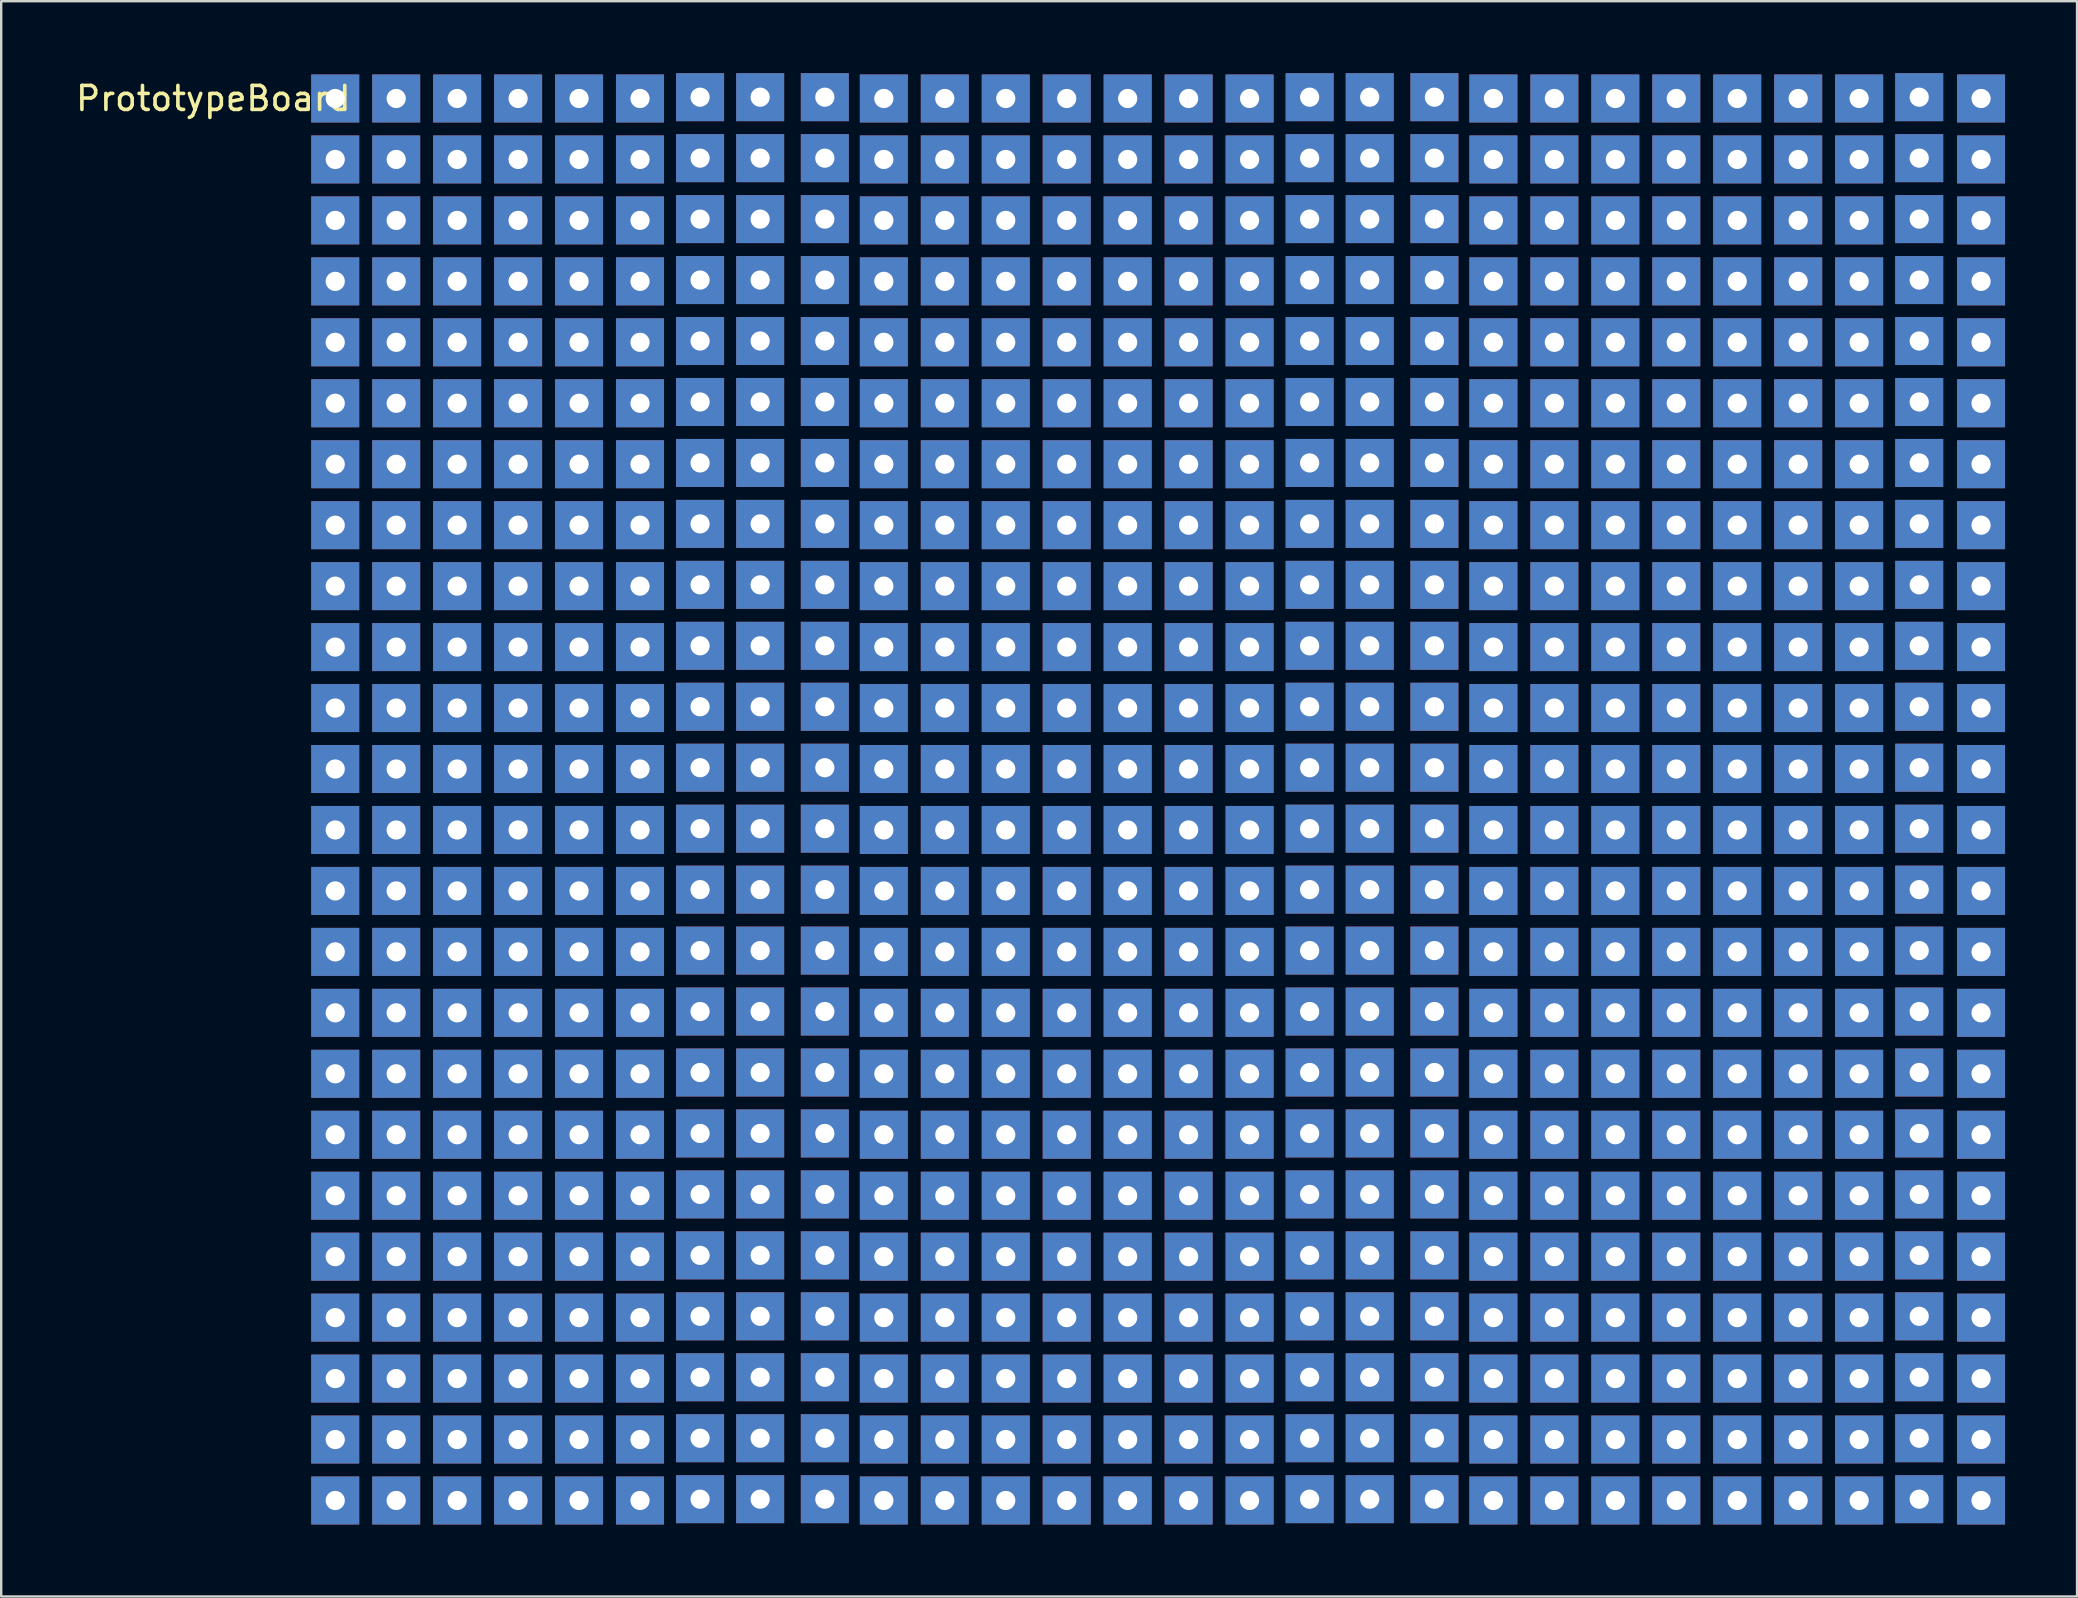
<source format=kicad_pcb>
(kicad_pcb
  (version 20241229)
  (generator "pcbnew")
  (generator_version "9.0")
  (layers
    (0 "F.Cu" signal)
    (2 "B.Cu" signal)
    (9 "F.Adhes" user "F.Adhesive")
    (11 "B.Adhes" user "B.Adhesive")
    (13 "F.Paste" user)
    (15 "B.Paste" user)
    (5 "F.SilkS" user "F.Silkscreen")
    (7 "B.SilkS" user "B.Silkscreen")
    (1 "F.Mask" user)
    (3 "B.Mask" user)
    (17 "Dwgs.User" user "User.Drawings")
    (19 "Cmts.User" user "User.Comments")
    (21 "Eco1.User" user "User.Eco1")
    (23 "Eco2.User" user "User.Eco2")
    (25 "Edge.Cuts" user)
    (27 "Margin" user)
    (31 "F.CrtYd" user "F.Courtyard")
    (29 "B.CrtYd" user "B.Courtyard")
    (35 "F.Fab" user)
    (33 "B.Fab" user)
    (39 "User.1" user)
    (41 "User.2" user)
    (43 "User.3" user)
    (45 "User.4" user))
  (footprint "PrototypeBoard"
    (layer "F.Cu")
    (at 10.919 1.054)
    (property "Reference" "PrototypeBoard" (at -5.08 0 0) (unlocked yes) (layer "F.SilkS") (effects (font (size 1 1) (thickness 0.15))))
    (attr through_hole)
    (pad "1" thru_hole rect (at 0 0) (size 2 2) (drill 0.8) (layers "*.Cu" "*.Mask"))
    (pad "2" thru_hole rect (at 0 2.54) (size 2 2) (drill 0.8) (layers "*.Cu" "*.Mask"))
    (pad "3" thru_hole rect (at 0 5.08) (size 2 2) (drill 0.8) (layers "*.Cu" "*.Mask"))
    (pad "4" thru_hole rect (at 0 7.62) (size 2 2) (drill 0.8) (layers "*.Cu" "*.Mask"))
    (pad "5" thru_hole rect (at 0 10.16) (size 2 2) (drill 0.8) (layers "*.Cu" "*.Mask"))
    (pad "6" thru_hole rect (at 0 12.7) (size 2 2) (drill 0.8) (layers "*.Cu" "*.Mask"))
    (pad "7" thru_hole rect (at 0 15.24) (size 2 2) (drill 0.8) (layers "*.Cu" "*.Mask"))
    (pad "8" thru_hole rect (at 0 17.78) (size 2 2) (drill 0.8) (layers "*.Cu" "*.Mask"))
    (pad "9" thru_hole rect (at 0 20.32) (size 2 2) (drill 0.8) (layers "*.Cu" "*.Mask"))
    (pad "10" thru_hole rect (at 0 22.86) (size 2 2) (drill 0.8) (layers "*.Cu" "*.Mask"))
    (pad "11" thru_hole rect (at 0 25.4) (size 2 2) (drill 0.8) (layers "*.Cu" "*.Mask"))
    (pad "12" thru_hole rect (at 0 27.94) (size 2 2) (drill 0.8) (layers "*.Cu" "*.Mask"))
    (pad "13" thru_hole rect (at 0 30.48) (size 2 2) (drill 0.8) (layers "*.Cu" "*.Mask"))
    (pad "14" thru_hole rect (at 0 33.02) (size 2 2) (drill 0.8) (layers "*.Cu" "*.Mask"))
    (pad "15" thru_hole rect (at 0 35.56) (size 2 2) (drill 0.8) (layers "*.Cu" "*.Mask"))
    (pad "16" thru_hole rect (at 0 38.1) (size 2 2) (drill 0.8) (layers "*.Cu" "*.Mask"))
    (pad "17" thru_hole rect (at 0 40.64) (size 2 2) (drill 0.8) (layers "*.Cu" "*.Mask"))
    (pad "18" thru_hole rect (at 0 43.18) (size 2 2) (drill 0.8) (layers "*.Cu" "*.Mask"))
    (pad "19" thru_hole rect (at 0 45.72) (size 2 2) (drill 0.8) (layers "*.Cu" "*.Mask"))
    (pad "20" thru_hole rect (at 0 48.26) (size 2 2) (drill 0.8) (layers "*.Cu" "*.Mask"))
    (pad "21" thru_hole rect (at 0 50.8) (size 2 2) (drill 0.8) (layers "*.Cu" "*.Mask"))
    (pad "22" thru_hole rect (at 0 53.34) (size 2 2) (drill 0.8) (layers "*.Cu" "*.Mask"))
    (pad "23" thru_hole rect (at 0 55.88) (size 2 2) (drill 0.8) (layers "*.Cu" "*.Mask"))
    (pad "24" thru_hole rect (at 0 58.42) (size 2 2) (drill 0.8) (layers "*.Cu" "*.Mask"))
    (pad "25" thru_hole rect (at 2.54 0) (size 2 2) (drill 0.8) (layers "*.Cu" "*.Mask"))
    (pad "25" thru_hole rect (at 5.08 0) (size 2 2) (drill 0.8) (layers "*.Cu" "*.Mask"))
    (pad "25" thru_hole rect (at 7.62 0) (size 2 2) (drill 0.8) (layers "*.Cu" "*.Mask"))
    (pad "25" thru_hole rect (at 10.16 0) (size 2 2) (drill 0.8) (layers "*.Cu" "*.Mask"))
    (pad "25" thru_hole rect (at 12.7 0) (size 2 2) (drill 0.8) (layers "*.Cu" "*.Mask"))
    (pad "25" thru_hole rect (at 15.203 -0.054) (size 2 2) (drill 0.8) (layers "*.Cu" "*.Mask"))
    (pad "25" thru_hole rect (at 17.706 -0.054) (size 2 2) (drill 0.8) (layers "*.Cu" "*.Mask"))
    (pad "25" thru_hole rect (at 20.401 -0.054) (size 2 2) (drill 0.8) (layers "*.Cu" "*.Mask"))
    (pad "25" thru_hole rect (at 22.86 0) (size 2 2) (drill 0.8) (layers "*.Cu" "*.Mask"))
    (pad "25" thru_hole rect (at 25.4 0) (size 2 2) (drill 0.8) (layers "*.Cu" "*.Mask"))
    (pad "25" thru_hole rect (at 27.94 0) (size 2 2) (drill 0.8) (layers "*.Cu" "*.Mask"))
    (pad "25" thru_hole rect (at 30.48 0) (size 2 2) (drill 0.8) (layers "*.Cu" "*.Mask"))
    (pad "25" thru_hole rect (at 33.02 0) (size 2 2) (drill 0.8) (layers "*.Cu" "*.Mask"))
    (pad "25" thru_hole rect (at 35.56 0) (size 2 2) (drill 0.8) (layers "*.Cu" "*.Mask"))
    (pad "25" thru_hole rect (at 38.1 0) (size 2 2) (drill 0.8) (layers "*.Cu" "*.Mask"))
    (pad "25" thru_hole rect (at 40.603 -0.054) (size 2 2) (drill 0.8) (layers "*.Cu" "*.Mask"))
    (pad "25" thru_hole rect (at 43.106 -0.054) (size 2 2) (drill 0.8) (layers "*.Cu" "*.Mask"))
    (pad "25" thru_hole rect (at 45.801 -0.054) (size 2 2) (drill 0.8) (layers "*.Cu" "*.Mask"))
    (pad "25" thru_hole rect (at 48.26 0) (size 2 2) (drill 0.8) (layers "*.Cu" "*.Mask"))
    (pad "25" thru_hole rect (at 50.8 0) (size 2 2) (drill 0.8) (layers "*.Cu" "*.Mask"))
    (pad "25" thru_hole rect (at 53.34 0) (size 2 2) (drill 0.8) (layers "*.Cu" "*.Mask"))
    (pad "25" thru_hole rect (at 55.88 0) (size 2 2) (drill 0.8) (layers "*.Cu" "*.Mask"))
    (pad "25" thru_hole rect (at 58.42 0) (size 2 2) (drill 0.8) (layers "*.Cu" "*.Mask"))
    (pad "25" thru_hole rect (at 60.96 0) (size 2 2) (drill 0.8) (layers "*.Cu" "*.Mask"))
    (pad "25" thru_hole rect (at 63.5 0) (size 2 2) (drill 0.8) (layers "*.Cu" "*.Mask"))
    (pad "25" thru_hole rect (at 66.003 -0.054) (size 2 2) (drill 0.8) (layers "*.Cu" "*.Mask"))
    (pad "25" thru_hole rect (at 68.58 0) (size 2 2) (drill 0.8) (layers "*.Cu" "*.Mask"))
    (pad "26" thru_hole rect (at 2.54 2.54) (size 2 2) (drill 0.8) (layers "*.Cu" "*.Mask"))
    (pad "26" thru_hole rect (at 5.08 2.54) (size 2 2) (drill 0.8) (layers "*.Cu" "*.Mask"))
    (pad "26" thru_hole rect (at 7.62 2.54) (size 2 2) (drill 0.8) (layers "*.Cu" "*.Mask"))
    (pad "26" thru_hole rect (at 10.16 2.54) (size 2 2) (drill 0.8) (layers "*.Cu" "*.Mask"))
    (pad "26" thru_hole rect (at 12.7 2.54) (size 2 2) (drill 0.8) (layers "*.Cu" "*.Mask"))
    (pad "26" thru_hole rect (at 15.203 2.486) (size 2 2) (drill 0.8) (layers "*.Cu" "*.Mask"))
    (pad "26" thru_hole rect (at 17.706 2.486) (size 2 2) (drill 0.8) (layers "*.Cu" "*.Mask"))
    (pad "26" thru_hole rect (at 20.401 2.486) (size 2 2) (drill 0.8) (layers "*.Cu" "*.Mask"))
    (pad "26" thru_hole rect (at 22.86 2.54) (size 2 2) (drill 0.8) (layers "*.Cu" "*.Mask"))
    (pad "26" thru_hole rect (at 25.4 2.54) (size 2 2) (drill 0.8) (layers "*.Cu" "*.Mask"))
    (pad "26" thru_hole rect (at 27.94 2.54) (size 2 2) (drill 0.8) (layers "*.Cu" "*.Mask"))
    (pad "26" thru_hole rect (at 30.48 2.54) (size 2 2) (drill 0.8) (layers "*.Cu" "*.Mask"))
    (pad "26" thru_hole rect (at 33.02 2.54) (size 2 2) (drill 0.8) (layers "*.Cu" "*.Mask"))
    (pad "26" thru_hole rect (at 35.56 2.54) (size 2 2) (drill 0.8) (layers "*.Cu" "*.Mask"))
    (pad "26" thru_hole rect (at 38.1 2.54) (size 2 2) (drill 0.8) (layers "*.Cu" "*.Mask"))
    (pad "26" thru_hole rect (at 40.603 2.486) (size 2 2) (drill 0.8) (layers "*.Cu" "*.Mask"))
    (pad "26" thru_hole rect (at 43.106 2.486) (size 2 2) (drill 0.8) (layers "*.Cu" "*.Mask"))
    (pad "26" thru_hole rect (at 45.801 2.486) (size 2 2) (drill 0.8) (layers "*.Cu" "*.Mask"))
    (pad "26" thru_hole rect (at 48.26 2.54) (size 2 2) (drill 0.8) (layers "*.Cu" "*.Mask"))
    (pad "26" thru_hole rect (at 50.8 2.54) (size 2 2) (drill 0.8) (layers "*.Cu" "*.Mask"))
    (pad "26" thru_hole rect (at 53.34 2.54) (size 2 2) (drill 0.8) (layers "*.Cu" "*.Mask"))
    (pad "26" thru_hole rect (at 55.88 2.54) (size 2 2) (drill 0.8) (layers "*.Cu" "*.Mask"))
    (pad "26" thru_hole rect (at 58.42 2.54) (size 2 2) (drill 0.8) (layers "*.Cu" "*.Mask"))
    (pad "26" thru_hole rect (at 60.96 2.54) (size 2 2) (drill 0.8) (layers "*.Cu" "*.Mask"))
    (pad "26" thru_hole rect (at 63.5 2.54) (size 2 2) (drill 0.8) (layers "*.Cu" "*.Mask"))
    (pad "26" thru_hole rect (at 66.003 2.486) (size 2 2) (drill 0.8) (layers "*.Cu" "*.Mask"))
    (pad "26" thru_hole rect (at 68.58 2.54) (size 2 2) (drill 0.8) (layers "*.Cu" "*.Mask"))
    (pad "27" thru_hole rect (at 2.54 5.08) (size 2 2) (drill 0.8) (layers "*.Cu" "*.Mask"))
    (pad "27" thru_hole rect (at 5.08 5.08) (size 2 2) (drill 0.8) (layers "*.Cu" "*.Mask"))
    (pad "27" thru_hole rect (at 7.62 5.08) (size 2 2) (drill 0.8) (layers "*.Cu" "*.Mask"))
    (pad "27" thru_hole rect (at 10.16 5.08) (size 2 2) (drill 0.8) (layers "*.Cu" "*.Mask"))
    (pad "27" thru_hole rect (at 12.7 5.08) (size 2 2) (drill 0.8) (layers "*.Cu" "*.Mask"))
    (pad "27" thru_hole rect (at 15.203 5.026) (size 2 2) (drill 0.8) (layers "*.Cu" "*.Mask"))
    (pad "27" thru_hole rect (at 17.706 5.026) (size 2 2) (drill 0.8) (layers "*.Cu" "*.Mask"))
    (pad "27" thru_hole rect (at 20.401 5.026) (size 2 2) (drill 0.8) (layers "*.Cu" "*.Mask"))
    (pad "27" thru_hole rect (at 22.86 5.08) (size 2 2) (drill 0.8) (layers "*.Cu" "*.Mask"))
    (pad "27" thru_hole rect (at 25.4 5.08) (size 2 2) (drill 0.8) (layers "*.Cu" "*.Mask"))
    (pad "27" thru_hole rect (at 27.94 5.08) (size 2 2) (drill 0.8) (layers "*.Cu" "*.Mask"))
    (pad "27" thru_hole rect (at 30.48 5.08) (size 2 2) (drill 0.8) (layers "*.Cu" "*.Mask"))
    (pad "27" thru_hole rect (at 33.02 5.08) (size 2 2) (drill 0.8) (layers "*.Cu" "*.Mask"))
    (pad "27" thru_hole rect (at 35.56 5.08) (size 2 2) (drill 0.8) (layers "*.Cu" "*.Mask"))
    (pad "27" thru_hole rect (at 38.1 5.08) (size 2 2) (drill 0.8) (layers "*.Cu" "*.Mask"))
    (pad "27" thru_hole rect (at 40.603 5.026) (size 2 2) (drill 0.8) (layers "*.Cu" "*.Mask"))
    (pad "27" thru_hole rect (at 43.106 5.026) (size 2 2) (drill 0.8) (layers "*.Cu" "*.Mask"))
    (pad "27" thru_hole rect (at 45.801 5.026) (size 2 2) (drill 0.8) (layers "*.Cu" "*.Mask"))
    (pad "27" thru_hole rect (at 48.26 5.08) (size 2 2) (drill 0.8) (layers "*.Cu" "*.Mask"))
    (pad "27" thru_hole rect (at 50.8 5.08) (size 2 2) (drill 0.8) (layers "*.Cu" "*.Mask"))
    (pad "27" thru_hole rect (at 53.34 5.08) (size 2 2) (drill 0.8) (layers "*.Cu" "*.Mask"))
    (pad "27" thru_hole rect (at 55.88 5.08) (size 2 2) (drill 0.8) (layers "*.Cu" "*.Mask"))
    (pad "27" thru_hole rect (at 58.42 5.08) (size 2 2) (drill 0.8) (layers "*.Cu" "*.Mask"))
    (pad "27" thru_hole rect (at 60.96 5.08) (size 2 2) (drill 0.8) (layers "*.Cu" "*.Mask"))
    (pad "27" thru_hole rect (at 63.5 5.08) (size 2 2) (drill 0.8) (layers "*.Cu" "*.Mask"))
    (pad "27" thru_hole rect (at 66.003 5.026) (size 2 2) (drill 0.8) (layers "*.Cu" "*.Mask"))
    (pad "27" thru_hole rect (at 68.58 5.08) (size 2 2) (drill 0.8) (layers "*.Cu" "*.Mask"))
    (pad "28" thru_hole rect (at 2.54 7.62) (size 2 2) (drill 0.8) (layers "*.Cu" "*.Mask"))
    (pad "28" thru_hole rect (at 5.08 7.62) (size 2 2) (drill 0.8) (layers "*.Cu" "*.Mask"))
    (pad "28" thru_hole rect (at 7.62 7.62) (size 2 2) (drill 0.8) (layers "*.Cu" "*.Mask"))
    (pad "28" thru_hole rect (at 10.16 7.62) (size 2 2) (drill 0.8) (layers "*.Cu" "*.Mask"))
    (pad "28" thru_hole rect (at 12.7 7.62) (size 2 2) (drill 0.8) (layers "*.Cu" "*.Mask"))
    (pad "28" thru_hole rect (at 15.203 7.566) (size 2 2) (drill 0.8) (layers "*.Cu" "*.Mask"))
    (pad "28" thru_hole rect (at 17.706 7.566) (size 2 2) (drill 0.8) (layers "*.Cu" "*.Mask"))
    (pad "28" thru_hole rect (at 20.401 7.566) (size 2 2) (drill 0.8) (layers "*.Cu" "*.Mask"))
    (pad "28" thru_hole rect (at 22.86 7.62) (size 2 2) (drill 0.8) (layers "*.Cu" "*.Mask"))
    (pad "28" thru_hole rect (at 25.4 7.62) (size 2 2) (drill 0.8) (layers "*.Cu" "*.Mask"))
    (pad "28" thru_hole rect (at 27.94 7.62) (size 2 2) (drill 0.8) (layers "*.Cu" "*.Mask"))
    (pad "28" thru_hole rect (at 30.48 7.62) (size 2 2) (drill 0.8) (layers "*.Cu" "*.Mask"))
    (pad "28" thru_hole rect (at 33.02 7.62) (size 2 2) (drill 0.8) (layers "*.Cu" "*.Mask"))
    (pad "28" thru_hole rect (at 35.56 7.62) (size 2 2) (drill 0.8) (layers "*.Cu" "*.Mask"))
    (pad "28" thru_hole rect (at 38.1 7.62) (size 2 2) (drill 0.8) (layers "*.Cu" "*.Mask"))
    (pad "28" thru_hole rect (at 40.603 7.566) (size 2 2) (drill 0.8) (layers "*.Cu" "*.Mask"))
    (pad "28" thru_hole rect (at 43.106 7.566) (size 2 2) (drill 0.8) (layers "*.Cu" "*.Mask"))
    (pad "28" thru_hole rect (at 45.801 7.566) (size 2 2) (drill 0.8) (layers "*.Cu" "*.Mask"))
    (pad "28" thru_hole rect (at 48.26 7.62) (size 2 2) (drill 0.8) (layers "*.Cu" "*.Mask"))
    (pad "28" thru_hole rect (at 50.8 7.62) (size 2 2) (drill 0.8) (layers "*.Cu" "*.Mask"))
    (pad "28" thru_hole rect (at 53.34 7.62) (size 2 2) (drill 0.8) (layers "*.Cu" "*.Mask"))
    (pad "28" thru_hole rect (at 55.88 7.62) (size 2 2) (drill 0.8) (layers "*.Cu" "*.Mask"))
    (pad "28" thru_hole rect (at 58.42 7.62) (size 2 2) (drill 0.8) (layers "*.Cu" "*.Mask"))
    (pad "28" thru_hole rect (at 60.96 7.62) (size 2 2) (drill 0.8) (layers "*.Cu" "*.Mask"))
    (pad "28" thru_hole rect (at 63.5 7.62) (size 2 2) (drill 0.8) (layers "*.Cu" "*.Mask"))
    (pad "28" thru_hole rect (at 66.003 7.566) (size 2 2) (drill 0.8) (layers "*.Cu" "*.Mask"))
    (pad "28" thru_hole rect (at 68.58 7.62) (size 2 2) (drill 0.8) (layers "*.Cu" "*.Mask"))
    (pad "29" thru_hole rect (at 2.54 10.16) (size 2 2) (drill 0.8) (layers "*.Cu" "*.Mask"))
    (pad "29" thru_hole rect (at 5.08 10.16) (size 2 2) (drill 0.8) (layers "*.Cu" "*.Mask"))
    (pad "29" thru_hole rect (at 7.62 10.16) (size 2 2) (drill 0.8) (layers "*.Cu" "*.Mask"))
    (pad "29" thru_hole rect (at 10.16 10.16) (size 2 2) (drill 0.8) (layers "*.Cu" "*.Mask"))
    (pad "29" thru_hole rect (at 12.7 10.16) (size 2 2) (drill 0.8) (layers "*.Cu" "*.Mask"))
    (pad "29" thru_hole rect (at 15.203 10.106) (size 2 2) (drill 0.8) (layers "*.Cu" "*.Mask"))
    (pad "29" thru_hole rect (at 17.706 10.106) (size 2 2) (drill 0.8) (layers "*.Cu" "*.Mask"))
    (pad "29" thru_hole rect (at 20.401 10.106) (size 2 2) (drill 0.8) (layers "*.Cu" "*.Mask"))
    (pad "29" thru_hole rect (at 22.86 10.16) (size 2 2) (drill 0.8) (layers "*.Cu" "*.Mask"))
    (pad "29" thru_hole rect (at 25.4 10.16) (size 2 2) (drill 0.8) (layers "*.Cu" "*.Mask"))
    (pad "29" thru_hole rect (at 27.94 10.16) (size 2 2) (drill 0.8) (layers "*.Cu" "*.Mask"))
    (pad "29" thru_hole rect (at 30.48 10.16) (size 2 2) (drill 0.8) (layers "*.Cu" "*.Mask"))
    (pad "29" thru_hole rect (at 33.02 10.16) (size 2 2) (drill 0.8) (layers "*.Cu" "*.Mask"))
    (pad "29" thru_hole rect (at 35.56 10.16) (size 2 2) (drill 0.8) (layers "*.Cu" "*.Mask"))
    (pad "29" thru_hole rect (at 38.1 10.16) (size 2 2) (drill 0.8) (layers "*.Cu" "*.Mask"))
    (pad "29" thru_hole rect (at 40.603 10.106) (size 2 2) (drill 0.8) (layers "*.Cu" "*.Mask"))
    (pad "29" thru_hole rect (at 43.106 10.106) (size 2 2) (drill 0.8) (layers "*.Cu" "*.Mask"))
    (pad "29" thru_hole rect (at 45.801 10.106) (size 2 2) (drill 0.8) (layers "*.Cu" "*.Mask"))
    (pad "29" thru_hole rect (at 48.26 10.16) (size 2 2) (drill 0.8) (layers "*.Cu" "*.Mask"))
    (pad "29" thru_hole rect (at 50.8 10.16) (size 2 2) (drill 0.8) (layers "*.Cu" "*.Mask"))
    (pad "29" thru_hole rect (at 53.34 10.16) (size 2 2) (drill 0.8) (layers "*.Cu" "*.Mask"))
    (pad "29" thru_hole rect (at 55.88 10.16) (size 2 2) (drill 0.8) (layers "*.Cu" "*.Mask"))
    (pad "29" thru_hole rect (at 58.42 10.16) (size 2 2) (drill 0.8) (layers "*.Cu" "*.Mask"))
    (pad "29" thru_hole rect (at 60.96 10.16) (size 2 2) (drill 0.8) (layers "*.Cu" "*.Mask"))
    (pad "29" thru_hole rect (at 63.5 10.16) (size 2 2) (drill 0.8) (layers "*.Cu" "*.Mask"))
    (pad "29" thru_hole rect (at 66.003 10.106) (size 2 2) (drill 0.8) (layers "*.Cu" "*.Mask"))
    (pad "29" thru_hole rect (at 68.58 10.16) (size 2 2) (drill 0.8) (layers "*.Cu" "*.Mask"))
    (pad "30" thru_hole rect (at 2.54 12.7) (size 2 2) (drill 0.8) (layers "*.Cu" "*.Mask"))
    (pad "30" thru_hole rect (at 5.08 12.7) (size 2 2) (drill 0.8) (layers "*.Cu" "*.Mask"))
    (pad "30" thru_hole rect (at 7.62 12.7) (size 2 2) (drill 0.8) (layers "*.Cu" "*.Mask"))
    (pad "30" thru_hole rect (at 10.16 12.7) (size 2 2) (drill 0.8) (layers "*.Cu" "*.Mask"))
    (pad "30" thru_hole rect (at 12.7 12.7) (size 2 2) (drill 0.8) (layers "*.Cu" "*.Mask"))
    (pad "30" thru_hole rect (at 15.203 12.646) (size 2 2) (drill 0.8) (layers "*.Cu" "*.Mask"))
    (pad "30" thru_hole rect (at 17.706 12.646) (size 2 2) (drill 0.8) (layers "*.Cu" "*.Mask"))
    (pad "30" thru_hole rect (at 20.401 12.646) (size 2 2) (drill 0.8) (layers "*.Cu" "*.Mask"))
    (pad "30" thru_hole rect (at 22.86 12.7) (size 2 2) (drill 0.8) (layers "*.Cu" "*.Mask"))
    (pad "30" thru_hole rect (at 25.4 12.7) (size 2 2) (drill 0.8) (layers "*.Cu" "*.Mask"))
    (pad "30" thru_hole rect (at 27.94 12.7) (size 2 2) (drill 0.8) (layers "*.Cu" "*.Mask"))
    (pad "30" thru_hole rect (at 30.48 12.7) (size 2 2) (drill 0.8) (layers "*.Cu" "*.Mask"))
    (pad "30" thru_hole rect (at 33.02 12.7) (size 2 2) (drill 0.8) (layers "*.Cu" "*.Mask"))
    (pad "30" thru_hole rect (at 35.56 12.7) (size 2 2) (drill 0.8) (layers "*.Cu" "*.Mask"))
    (pad "30" thru_hole rect (at 38.1 12.7) (size 2 2) (drill 0.8) (layers "*.Cu" "*.Mask"))
    (pad "30" thru_hole rect (at 40.603 12.646) (size 2 2) (drill 0.8) (layers "*.Cu" "*.Mask"))
    (pad "30" thru_hole rect (at 43.106 12.646) (size 2 2) (drill 0.8) (layers "*.Cu" "*.Mask"))
    (pad "30" thru_hole rect (at 45.801 12.646) (size 2 2) (drill 0.8) (layers "*.Cu" "*.Mask"))
    (pad "30" thru_hole rect (at 48.26 12.7) (size 2 2) (drill 0.8) (layers "*.Cu" "*.Mask"))
    (pad "30" thru_hole rect (at 50.8 12.7) (size 2 2) (drill 0.8) (layers "*.Cu" "*.Mask"))
    (pad "30" thru_hole rect (at 53.34 12.7) (size 2 2) (drill 0.8) (layers "*.Cu" "*.Mask"))
    (pad "30" thru_hole rect (at 55.88 12.7) (size 2 2) (drill 0.8) (layers "*.Cu" "*.Mask"))
    (pad "30" thru_hole rect (at 58.42 12.7) (size 2 2) (drill 0.8) (layers "*.Cu" "*.Mask"))
    (pad "30" thru_hole rect (at 60.96 12.7) (size 2 2) (drill 0.8) (layers "*.Cu" "*.Mask"))
    (pad "30" thru_hole rect (at 63.5 12.7) (size 2 2) (drill 0.8) (layers "*.Cu" "*.Mask"))
    (pad "30" thru_hole rect (at 66.003 12.646) (size 2 2) (drill 0.8) (layers "*.Cu" "*.Mask"))
    (pad "30" thru_hole rect (at 68.58 12.7) (size 2 2) (drill 0.8) (layers "*.Cu" "*.Mask"))
    (pad "31" thru_hole rect (at 2.54 15.24) (size 2 2) (drill 0.8) (layers "*.Cu" "*.Mask"))
    (pad "31" thru_hole rect (at 5.08 15.24) (size 2 2) (drill 0.8) (layers "*.Cu" "*.Mask"))
    (pad "31" thru_hole rect (at 7.62 15.24) (size 2 2) (drill 0.8) (layers "*.Cu" "*.Mask"))
    (pad "31" thru_hole rect (at 10.16 15.24) (size 2 2) (drill 0.8) (layers "*.Cu" "*.Mask"))
    (pad "31" thru_hole rect (at 12.7 15.24) (size 2 2) (drill 0.8) (layers "*.Cu" "*.Mask"))
    (pad "31" thru_hole rect (at 15.203 15.186) (size 2 2) (drill 0.8) (layers "*.Cu" "*.Mask"))
    (pad "31" thru_hole rect (at 17.706 15.186) (size 2 2) (drill 0.8) (layers "*.Cu" "*.Mask"))
    (pad "31" thru_hole rect (at 20.401 15.186) (size 2 2) (drill 0.8) (layers "*.Cu" "*.Mask"))
    (pad "31" thru_hole rect (at 22.86 15.24) (size 2 2) (drill 0.8) (layers "*.Cu" "*.Mask"))
    (pad "31" thru_hole rect (at 25.4 15.24) (size 2 2) (drill 0.8) (layers "*.Cu" "*.Mask"))
    (pad "31" thru_hole rect (at 27.94 15.24) (size 2 2) (drill 0.8) (layers "*.Cu" "*.Mask"))
    (pad "31" thru_hole rect (at 30.48 15.24) (size 2 2) (drill 0.8) (layers "*.Cu" "*.Mask"))
    (pad "31" thru_hole rect (at 33.02 15.24) (size 2 2) (drill 0.8) (layers "*.Cu" "*.Mask"))
    (pad "31" thru_hole rect (at 35.56 15.24) (size 2 2) (drill 0.8) (layers "*.Cu" "*.Mask"))
    (pad "31" thru_hole rect (at 38.1 15.24) (size 2 2) (drill 0.8) (layers "*.Cu" "*.Mask"))
    (pad "31" thru_hole rect (at 40.603 15.186) (size 2 2) (drill 0.8) (layers "*.Cu" "*.Mask"))
    (pad "31" thru_hole rect (at 43.106 15.186) (size 2 2) (drill 0.8) (layers "*.Cu" "*.Mask"))
    (pad "31" thru_hole rect (at 45.801 15.186) (size 2 2) (drill 0.8) (layers "*.Cu" "*.Mask"))
    (pad "31" thru_hole rect (at 48.26 15.24) (size 2 2) (drill 0.8) (layers "*.Cu" "*.Mask"))
    (pad "31" thru_hole rect (at 50.8 15.24) (size 2 2) (drill 0.8) (layers "*.Cu" "*.Mask"))
    (pad "31" thru_hole rect (at 53.34 15.24) (size 2 2) (drill 0.8) (layers "*.Cu" "*.Mask"))
    (pad "31" thru_hole rect (at 55.88 15.24) (size 2 2) (drill 0.8) (layers "*.Cu" "*.Mask"))
    (pad "31" thru_hole rect (at 58.42 15.24) (size 2 2) (drill 0.8) (layers "*.Cu" "*.Mask"))
    (pad "31" thru_hole rect (at 60.96 15.24) (size 2 2) (drill 0.8) (layers "*.Cu" "*.Mask"))
    (pad "31" thru_hole rect (at 63.5 15.24) (size 2 2) (drill 0.8) (layers "*.Cu" "*.Mask"))
    (pad "31" thru_hole rect (at 66.003 15.186) (size 2 2) (drill 0.8) (layers "*.Cu" "*.Mask"))
    (pad "31" thru_hole rect (at 68.58 15.24) (size 2 2) (drill 0.8) (layers "*.Cu" "*.Mask"))
    (pad "32" thru_hole rect (at 2.54 17.78) (size 2 2) (drill 0.8) (layers "*.Cu" "*.Mask"))
    (pad "32" thru_hole rect (at 5.08 17.78) (size 2 2) (drill 0.8) (layers "*.Cu" "*.Mask"))
    (pad "32" thru_hole rect (at 7.62 17.78) (size 2 2) (drill 0.8) (layers "*.Cu" "*.Mask"))
    (pad "32" thru_hole rect (at 10.16 17.78) (size 2 2) (drill 0.8) (layers "*.Cu" "*.Mask"))
    (pad "32" thru_hole rect (at 12.7 17.78) (size 2 2) (drill 0.8) (layers "*.Cu" "*.Mask"))
    (pad "32" thru_hole rect (at 15.203 17.726) (size 2 2) (drill 0.8) (layers "*.Cu" "*.Mask"))
    (pad "32" thru_hole rect (at 17.706 17.726) (size 2 2) (drill 0.8) (layers "*.Cu" "*.Mask"))
    (pad "32" thru_hole rect (at 20.401 17.726) (size 2 2) (drill 0.8) (layers "*.Cu" "*.Mask"))
    (pad "32" thru_hole rect (at 22.86 17.78) (size 2 2) (drill 0.8) (layers "*.Cu" "*.Mask"))
    (pad "32" thru_hole rect (at 25.4 17.78) (size 2 2) (drill 0.8) (layers "*.Cu" "*.Mask"))
    (pad "32" thru_hole rect (at 27.94 17.78) (size 2 2) (drill 0.8) (layers "*.Cu" "*.Mask"))
    (pad "32" thru_hole rect (at 30.48 17.78) (size 2 2) (drill 0.8) (layers "*.Cu" "*.Mask"))
    (pad "32" thru_hole rect (at 33.02 17.78) (size 2 2) (drill 0.8) (layers "*.Cu" "*.Mask"))
    (pad "32" thru_hole rect (at 35.56 17.78) (size 2 2) (drill 0.8) (layers "*.Cu" "*.Mask"))
    (pad "32" thru_hole rect (at 38.1 17.78) (size 2 2) (drill 0.8) (layers "*.Cu" "*.Mask"))
    (pad "32" thru_hole rect (at 40.603 17.726) (size 2 2) (drill 0.8) (layers "*.Cu" "*.Mask"))
    (pad "32" thru_hole rect (at 43.106 17.726) (size 2 2) (drill 0.8) (layers "*.Cu" "*.Mask"))
    (pad "32" thru_hole rect (at 45.801 17.726) (size 2 2) (drill 0.8) (layers "*.Cu" "*.Mask"))
    (pad "32" thru_hole rect (at 48.26 17.78) (size 2 2) (drill 0.8) (layers "*.Cu" "*.Mask"))
    (pad "32" thru_hole rect (at 50.8 17.78) (size 2 2) (drill 0.8) (layers "*.Cu" "*.Mask"))
    (pad "32" thru_hole rect (at 53.34 17.78) (size 2 2) (drill 0.8) (layers "*.Cu" "*.Mask"))
    (pad "32" thru_hole rect (at 55.88 17.78) (size 2 2) (drill 0.8) (layers "*.Cu" "*.Mask"))
    (pad "32" thru_hole rect (at 58.42 17.78) (size 2 2) (drill 0.8) (layers "*.Cu" "*.Mask"))
    (pad "32" thru_hole rect (at 60.96 17.78) (size 2 2) (drill 0.8) (layers "*.Cu" "*.Mask"))
    (pad "32" thru_hole rect (at 63.5 17.78) (size 2 2) (drill 0.8) (layers "*.Cu" "*.Mask"))
    (pad "32" thru_hole rect (at 66.003 17.726) (size 2 2) (drill 0.8) (layers "*.Cu" "*.Mask"))
    (pad "32" thru_hole rect (at 68.58 17.78) (size 2 2) (drill 0.8) (layers "*.Cu" "*.Mask"))
    (pad "33" thru_hole rect (at 2.54 20.32) (size 2 2) (drill 0.8) (layers "*.Cu" "*.Mask"))
    (pad "33" thru_hole rect (at 5.08 20.32) (size 2 2) (drill 0.8) (layers "*.Cu" "*.Mask"))
    (pad "33" thru_hole rect (at 7.62 20.32) (size 2 2) (drill 0.8) (layers "*.Cu" "*.Mask"))
    (pad "33" thru_hole rect (at 10.16 20.32) (size 2 2) (drill 0.8) (layers "*.Cu" "*.Mask"))
    (pad "33" thru_hole rect (at 12.7 20.32) (size 2 2) (drill 0.8) (layers "*.Cu" "*.Mask"))
    (pad "33" thru_hole rect (at 15.203 20.266) (size 2 2) (drill 0.8) (layers "*.Cu" "*.Mask"))
    (pad "33" thru_hole rect (at 17.706 20.266) (size 2 2) (drill 0.8) (layers "*.Cu" "*.Mask"))
    (pad "33" thru_hole rect (at 20.401 20.266) (size 2 2) (drill 0.8) (layers "*.Cu" "*.Mask"))
    (pad "33" thru_hole rect (at 22.86 20.32) (size 2 2) (drill 0.8) (layers "*.Cu" "*.Mask"))
    (pad "33" thru_hole rect (at 25.4 20.32) (size 2 2) (drill 0.8) (layers "*.Cu" "*.Mask"))
    (pad "33" thru_hole rect (at 27.94 20.32) (size 2 2) (drill 0.8) (layers "*.Cu" "*.Mask"))
    (pad "33" thru_hole rect (at 30.48 20.32) (size 2 2) (drill 0.8) (layers "*.Cu" "*.Mask"))
    (pad "33" thru_hole rect (at 33.02 20.32) (size 2 2) (drill 0.8) (layers "*.Cu" "*.Mask"))
    (pad "33" thru_hole rect (at 35.56 20.32) (size 2 2) (drill 0.8) (layers "*.Cu" "*.Mask"))
    (pad "33" thru_hole rect (at 38.1 20.32) (size 2 2) (drill 0.8) (layers "*.Cu" "*.Mask"))
    (pad "33" thru_hole rect (at 40.603 20.266) (size 2 2) (drill 0.8) (layers "*.Cu" "*.Mask"))
    (pad "33" thru_hole rect (at 43.106 20.266) (size 2 2) (drill 0.8) (layers "*.Cu" "*.Mask"))
    (pad "33" thru_hole rect (at 45.801 20.266) (size 2 2) (drill 0.8) (layers "*.Cu" "*.Mask"))
    (pad "33" thru_hole rect (at 48.26 20.32) (size 2 2) (drill 0.8) (layers "*.Cu" "*.Mask"))
    (pad "33" thru_hole rect (at 50.8 20.32) (size 2 2) (drill 0.8) (layers "*.Cu" "*.Mask"))
    (pad "33" thru_hole rect (at 53.34 20.32) (size 2 2) (drill 0.8) (layers "*.Cu" "*.Mask"))
    (pad "33" thru_hole rect (at 55.88 20.32) (size 2 2) (drill 0.8) (layers "*.Cu" "*.Mask"))
    (pad "33" thru_hole rect (at 58.42 20.32) (size 2 2) (drill 0.8) (layers "*.Cu" "*.Mask"))
    (pad "33" thru_hole rect (at 60.96 20.32) (size 2 2) (drill 0.8) (layers "*.Cu" "*.Mask"))
    (pad "33" thru_hole rect (at 63.5 20.32) (size 2 2) (drill 0.8) (layers "*.Cu" "*.Mask"))
    (pad "33" thru_hole rect (at 66.003 20.266) (size 2 2) (drill 0.8) (layers "*.Cu" "*.Mask"))
    (pad "33" thru_hole rect (at 68.58 20.32) (size 2 2) (drill 0.8) (layers "*.Cu" "*.Mask"))
    (pad "34" thru_hole rect (at 2.54 22.86) (size 2 2) (drill 0.8) (layers "*.Cu" "*.Mask"))
    (pad "34" thru_hole rect (at 5.08 22.86) (size 2 2) (drill 0.8) (layers "*.Cu" "*.Mask"))
    (pad "34" thru_hole rect (at 7.62 22.86) (size 2 2) (drill 0.8) (layers "*.Cu" "*.Mask"))
    (pad "34" thru_hole rect (at 10.16 22.86) (size 2 2) (drill 0.8) (layers "*.Cu" "*.Mask"))
    (pad "34" thru_hole rect (at 12.7 22.86) (size 2 2) (drill 0.8) (layers "*.Cu" "*.Mask"))
    (pad "34" thru_hole rect (at 15.203 22.806) (size 2 2) (drill 0.8) (layers "*.Cu" "*.Mask"))
    (pad "34" thru_hole rect (at 17.706 22.806) (size 2 2) (drill 0.8) (layers "*.Cu" "*.Mask"))
    (pad "34" thru_hole rect (at 20.401 22.806) (size 2 2) (drill 0.8) (layers "*.Cu" "*.Mask"))
    (pad "34" thru_hole rect (at 22.86 22.86) (size 2 2) (drill 0.8) (layers "*.Cu" "*.Mask"))
    (pad "34" thru_hole rect (at 25.4 22.86) (size 2 2) (drill 0.8) (layers "*.Cu" "*.Mask"))
    (pad "34" thru_hole rect (at 27.94 22.86) (size 2 2) (drill 0.8) (layers "*.Cu" "*.Mask"))
    (pad "34" thru_hole rect (at 30.48 22.86) (size 2 2) (drill 0.8) (layers "*.Cu" "*.Mask"))
    (pad "34" thru_hole rect (at 33.02 22.86) (size 2 2) (drill 0.8) (layers "*.Cu" "*.Mask"))
    (pad "34" thru_hole rect (at 35.56 22.86) (size 2 2) (drill 0.8) (layers "*.Cu" "*.Mask"))
    (pad "34" thru_hole rect (at 38.1 22.86) (size 2 2) (drill 0.8) (layers "*.Cu" "*.Mask"))
    (pad "34" thru_hole rect (at 40.603 22.806) (size 2 2) (drill 0.8) (layers "*.Cu" "*.Mask"))
    (pad "34" thru_hole rect (at 43.106 22.806) (size 2 2) (drill 0.8) (layers "*.Cu" "*.Mask"))
    (pad "34" thru_hole rect (at 45.801 22.806) (size 2 2) (drill 0.8) (layers "*.Cu" "*.Mask"))
    (pad "34" thru_hole rect (at 48.26 22.86) (size 2 2) (drill 0.8) (layers "*.Cu" "*.Mask"))
    (pad "34" thru_hole rect (at 50.8 22.86) (size 2 2) (drill 0.8) (layers "*.Cu" "*.Mask"))
    (pad "34" thru_hole rect (at 53.34 22.86) (size 2 2) (drill 0.8) (layers "*.Cu" "*.Mask"))
    (pad "34" thru_hole rect (at 55.88 22.86) (size 2 2) (drill 0.8) (layers "*.Cu" "*.Mask"))
    (pad "34" thru_hole rect (at 58.42 22.86) (size 2 2) (drill 0.8) (layers "*.Cu" "*.Mask"))
    (pad "34" thru_hole rect (at 60.96 22.86) (size 2 2) (drill 0.8) (layers "*.Cu" "*.Mask"))
    (pad "34" thru_hole rect (at 63.5 22.86) (size 2 2) (drill 0.8) (layers "*.Cu" "*.Mask"))
    (pad "34" thru_hole rect (at 66.003 22.806) (size 2 2) (drill 0.8) (layers "*.Cu" "*.Mask"))
    (pad "34" thru_hole rect (at 68.58 22.86) (size 2 2) (drill 0.8) (layers "*.Cu" "*.Mask"))
    (pad "35" thru_hole rect (at 2.54 25.4) (size 2 2) (drill 0.8) (layers "*.Cu" "*.Mask"))
    (pad "35" thru_hole rect (at 5.08 25.4) (size 2 2) (drill 0.8) (layers "*.Cu" "*.Mask"))
    (pad "35" thru_hole rect (at 7.62 25.4) (size 2 2) (drill 0.8) (layers "*.Cu" "*.Mask"))
    (pad "35" thru_hole rect (at 10.16 25.4) (size 2 2) (drill 0.8) (layers "*.Cu" "*.Mask"))
    (pad "35" thru_hole rect (at 12.7 25.4) (size 2 2) (drill 0.8) (layers "*.Cu" "*.Mask"))
    (pad "35" thru_hole rect (at 15.203 25.346) (size 2 2) (drill 0.8) (layers "*.Cu" "*.Mask"))
    (pad "35" thru_hole rect (at 17.706 25.346) (size 2 2) (drill 0.8) (layers "*.Cu" "*.Mask"))
    (pad "35" thru_hole rect (at 20.401 25.346) (size 2 2) (drill 0.8) (layers "*.Cu" "*.Mask"))
    (pad "35" thru_hole rect (at 22.86 25.4) (size 2 2) (drill 0.8) (layers "*.Cu" "*.Mask"))
    (pad "35" thru_hole rect (at 25.4 25.4) (size 2 2) (drill 0.8) (layers "*.Cu" "*.Mask"))
    (pad "35" thru_hole rect (at 27.94 25.4) (size 2 2) (drill 0.8) (layers "*.Cu" "*.Mask"))
    (pad "35" thru_hole rect (at 30.48 25.4) (size 2 2) (drill 0.8) (layers "*.Cu" "*.Mask"))
    (pad "35" thru_hole rect (at 33.02 25.4) (size 2 2) (drill 0.8) (layers "*.Cu" "*.Mask"))
    (pad "35" thru_hole rect (at 35.56 25.4) (size 2 2) (drill 0.8) (layers "*.Cu" "*.Mask"))
    (pad "35" thru_hole rect (at 38.1 25.4) (size 2 2) (drill 0.8) (layers "*.Cu" "*.Mask"))
    (pad "35" thru_hole rect (at 40.603 25.346) (size 2 2) (drill 0.8) (layers "*.Cu" "*.Mask"))
    (pad "35" thru_hole rect (at 43.106 25.346) (size 2 2) (drill 0.8) (layers "*.Cu" "*.Mask"))
    (pad "35" thru_hole rect (at 45.801 25.346) (size 2 2) (drill 0.8) (layers "*.Cu" "*.Mask"))
    (pad "35" thru_hole rect (at 48.26 25.4) (size 2 2) (drill 0.8) (layers "*.Cu" "*.Mask"))
    (pad "35" thru_hole rect (at 50.8 25.4) (size 2 2) (drill 0.8) (layers "*.Cu" "*.Mask"))
    (pad "35" thru_hole rect (at 53.34 25.4) (size 2 2) (drill 0.8) (layers "*.Cu" "*.Mask"))
    (pad "35" thru_hole rect (at 55.88 25.4) (size 2 2) (drill 0.8) (layers "*.Cu" "*.Mask"))
    (pad "35" thru_hole rect (at 58.42 25.4) (size 2 2) (drill 0.8) (layers "*.Cu" "*.Mask"))
    (pad "35" thru_hole rect (at 60.96 25.4) (size 2 2) (drill 0.8) (layers "*.Cu" "*.Mask"))
    (pad "35" thru_hole rect (at 63.5 25.4) (size 2 2) (drill 0.8) (layers "*.Cu" "*.Mask"))
    (pad "35" thru_hole rect (at 66.003 25.346) (size 2 2) (drill 0.8) (layers "*.Cu" "*.Mask"))
    (pad "35" thru_hole rect (at 68.58 25.4) (size 2 2) (drill 0.8) (layers "*.Cu" "*.Mask"))
    (pad "36" thru_hole rect (at 2.54 27.94) (size 2 2) (drill 0.8) (layers "*.Cu" "*.Mask"))
    (pad "36" thru_hole rect (at 5.08 27.94) (size 2 2) (drill 0.8) (layers "*.Cu" "*.Mask"))
    (pad "36" thru_hole rect (at 7.62 27.94) (size 2 2) (drill 0.8) (layers "*.Cu" "*.Mask"))
    (pad "36" thru_hole rect (at 10.16 27.94) (size 2 2) (drill 0.8) (layers "*.Cu" "*.Mask"))
    (pad "36" thru_hole rect (at 12.7 27.94) (size 2 2) (drill 0.8) (layers "*.Cu" "*.Mask"))
    (pad "36" thru_hole rect (at 15.203 27.886) (size 2 2) (drill 0.8) (layers "*.Cu" "*.Mask"))
    (pad "36" thru_hole rect (at 17.706 27.886) (size 2 2) (drill 0.8) (layers "*.Cu" "*.Mask"))
    (pad "36" thru_hole rect (at 20.401 27.886) (size 2 2) (drill 0.8) (layers "*.Cu" "*.Mask"))
    (pad "36" thru_hole rect (at 22.86 27.94) (size 2 2) (drill 0.8) (layers "*.Cu" "*.Mask"))
    (pad "36" thru_hole rect (at 25.4 27.94) (size 2 2) (drill 0.8) (layers "*.Cu" "*.Mask"))
    (pad "36" thru_hole rect (at 27.94 27.94) (size 2 2) (drill 0.8) (layers "*.Cu" "*.Mask"))
    (pad "36" thru_hole rect (at 30.48 27.94) (size 2 2) (drill 0.8) (layers "*.Cu" "*.Mask"))
    (pad "36" thru_hole rect (at 33.02 27.94) (size 2 2) (drill 0.8) (layers "*.Cu" "*.Mask"))
    (pad "36" thru_hole rect (at 35.56 27.94) (size 2 2) (drill 0.8) (layers "*.Cu" "*.Mask"))
    (pad "36" thru_hole rect (at 38.1 27.94) (size 2 2) (drill 0.8) (layers "*.Cu" "*.Mask"))
    (pad "36" thru_hole rect (at 40.603 27.886) (size 2 2) (drill 0.8) (layers "*.Cu" "*.Mask"))
    (pad "36" thru_hole rect (at 43.106 27.886) (size 2 2) (drill 0.8) (layers "*.Cu" "*.Mask"))
    (pad "36" thru_hole rect (at 45.801 27.886) (size 2 2) (drill 0.8) (layers "*.Cu" "*.Mask"))
    (pad "36" thru_hole rect (at 48.26 27.94) (size 2 2) (drill 0.8) (layers "*.Cu" "*.Mask"))
    (pad "36" thru_hole rect (at 50.8 27.94) (size 2 2) (drill 0.8) (layers "*.Cu" "*.Mask"))
    (pad "36" thru_hole rect (at 53.34 27.94) (size 2 2) (drill 0.8) (layers "*.Cu" "*.Mask"))
    (pad "36" thru_hole rect (at 55.88 27.94) (size 2 2) (drill 0.8) (layers "*.Cu" "*.Mask"))
    (pad "36" thru_hole rect (at 58.42 27.94) (size 2 2) (drill 0.8) (layers "*.Cu" "*.Mask"))
    (pad "36" thru_hole rect (at 60.96 27.94) (size 2 2) (drill 0.8) (layers "*.Cu" "*.Mask"))
    (pad "36" thru_hole rect (at 63.5 27.94) (size 2 2) (drill 0.8) (layers "*.Cu" "*.Mask"))
    (pad "36" thru_hole rect (at 66.003 27.886) (size 2 2) (drill 0.8) (layers "*.Cu" "*.Mask"))
    (pad "36" thru_hole rect (at 68.58 27.94) (size 2 2) (drill 0.8) (layers "*.Cu" "*.Mask"))
    (pad "37" thru_hole rect (at 2.54 30.48) (size 2 2) (drill 0.8) (layers "*.Cu" "*.Mask"))
    (pad "37" thru_hole rect (at 5.08 30.48) (size 2 2) (drill 0.8) (layers "*.Cu" "*.Mask"))
    (pad "37" thru_hole rect (at 7.62 30.48) (size 2 2) (drill 0.8) (layers "*.Cu" "*.Mask"))
    (pad "37" thru_hole rect (at 10.16 30.48) (size 2 2) (drill 0.8) (layers "*.Cu" "*.Mask"))
    (pad "37" thru_hole rect (at 12.7 30.48) (size 2 2) (drill 0.8) (layers "*.Cu" "*.Mask"))
    (pad "37" thru_hole rect (at 15.203 30.426) (size 2 2) (drill 0.8) (layers "*.Cu" "*.Mask"))
    (pad "37" thru_hole rect (at 17.706 30.426) (size 2 2) (drill 0.8) (layers "*.Cu" "*.Mask"))
    (pad "37" thru_hole rect (at 20.401 30.426) (size 2 2) (drill 0.8) (layers "*.Cu" "*.Mask"))
    (pad "37" thru_hole rect (at 22.86 30.48) (size 2 2) (drill 0.8) (layers "*.Cu" "*.Mask"))
    (pad "37" thru_hole rect (at 25.4 30.48) (size 2 2) (drill 0.8) (layers "*.Cu" "*.Mask"))
    (pad "37" thru_hole rect (at 27.94 30.48) (size 2 2) (drill 0.8) (layers "*.Cu" "*.Mask"))
    (pad "37" thru_hole rect (at 30.48 30.48) (size 2 2) (drill 0.8) (layers "*.Cu" "*.Mask"))
    (pad "37" thru_hole rect (at 33.02 30.48) (size 2 2) (drill 0.8) (layers "*.Cu" "*.Mask"))
    (pad "37" thru_hole rect (at 35.56 30.48) (size 2 2) (drill 0.8) (layers "*.Cu" "*.Mask"))
    (pad "37" thru_hole rect (at 38.1 30.48) (size 2 2) (drill 0.8) (layers "*.Cu" "*.Mask"))
    (pad "37" thru_hole rect (at 40.603 30.426) (size 2 2) (drill 0.8) (layers "*.Cu" "*.Mask"))
    (pad "37" thru_hole rect (at 43.106 30.426) (size 2 2) (drill 0.8) (layers "*.Cu" "*.Mask"))
    (pad "37" thru_hole rect (at 45.801 30.426) (size 2 2) (drill 0.8) (layers "*.Cu" "*.Mask"))
    (pad "37" thru_hole rect (at 48.26 30.48) (size 2 2) (drill 0.8) (layers "*.Cu" "*.Mask"))
    (pad "37" thru_hole rect (at 50.8 30.48) (size 2 2) (drill 0.8) (layers "*.Cu" "*.Mask"))
    (pad "37" thru_hole rect (at 53.34 30.48) (size 2 2) (drill 0.8) (layers "*.Cu" "*.Mask"))
    (pad "37" thru_hole rect (at 55.88 30.48) (size 2 2) (drill 0.8) (layers "*.Cu" "*.Mask"))
    (pad "37" thru_hole rect (at 58.42 30.48) (size 2 2) (drill 0.8) (layers "*.Cu" "*.Mask"))
    (pad "37" thru_hole rect (at 60.96 30.48) (size 2 2) (drill 0.8) (layers "*.Cu" "*.Mask"))
    (pad "37" thru_hole rect (at 63.5 30.48) (size 2 2) (drill 0.8) (layers "*.Cu" "*.Mask"))
    (pad "37" thru_hole rect (at 66.003 30.426) (size 2 2) (drill 0.8) (layers "*.Cu" "*.Mask"))
    (pad "37" thru_hole rect (at 68.58 30.48) (size 2 2) (drill 0.8) (layers "*.Cu" "*.Mask"))
    (pad "38" thru_hole rect (at 2.54 33.02) (size 2 2) (drill 0.8) (layers "*.Cu" "*.Mask"))
    (pad "38" thru_hole rect (at 5.08 33.02) (size 2 2) (drill 0.8) (layers "*.Cu" "*.Mask"))
    (pad "38" thru_hole rect (at 7.62 33.02) (size 2 2) (drill 0.8) (layers "*.Cu" "*.Mask"))
    (pad "38" thru_hole rect (at 10.16 33.02) (size 2 2) (drill 0.8) (layers "*.Cu" "*.Mask"))
    (pad "38" thru_hole rect (at 12.7 33.02) (size 2 2) (drill 0.8) (layers "*.Cu" "*.Mask"))
    (pad "38" thru_hole rect (at 15.203 32.966) (size 2 2) (drill 0.8) (layers "*.Cu" "*.Mask"))
    (pad "38" thru_hole rect (at 17.706 32.966) (size 2 2) (drill 0.8) (layers "*.Cu" "*.Mask"))
    (pad "38" thru_hole rect (at 20.401 32.966) (size 2 2) (drill 0.8) (layers "*.Cu" "*.Mask"))
    (pad "38" thru_hole rect (at 22.86 33.02) (size 2 2) (drill 0.8) (layers "*.Cu" "*.Mask"))
    (pad "38" thru_hole rect (at 25.4 33.02) (size 2 2) (drill 0.8) (layers "*.Cu" "*.Mask"))
    (pad "38" thru_hole rect (at 27.94 33.02) (size 2 2) (drill 0.8) (layers "*.Cu" "*.Mask"))
    (pad "38" thru_hole rect (at 30.48 33.02) (size 2 2) (drill 0.8) (layers "*.Cu" "*.Mask"))
    (pad "38" thru_hole rect (at 33.02 33.02) (size 2 2) (drill 0.8) (layers "*.Cu" "*.Mask"))
    (pad "38" thru_hole rect (at 35.56 33.02) (size 2 2) (drill 0.8) (layers "*.Cu" "*.Mask"))
    (pad "38" thru_hole rect (at 38.1 33.02) (size 2 2) (drill 0.8) (layers "*.Cu" "*.Mask"))
    (pad "38" thru_hole rect (at 40.603 32.966) (size 2 2) (drill 0.8) (layers "*.Cu" "*.Mask"))
    (pad "38" thru_hole rect (at 43.106 32.966) (size 2 2) (drill 0.8) (layers "*.Cu" "*.Mask"))
    (pad "38" thru_hole rect (at 45.801 32.966) (size 2 2) (drill 0.8) (layers "*.Cu" "*.Mask"))
    (pad "38" thru_hole rect (at 48.26 33.02) (size 2 2) (drill 0.8) (layers "*.Cu" "*.Mask"))
    (pad "38" thru_hole rect (at 50.8 33.02) (size 2 2) (drill 0.8) (layers "*.Cu" "*.Mask"))
    (pad "38" thru_hole rect (at 53.34 33.02) (size 2 2) (drill 0.8) (layers "*.Cu" "*.Mask"))
    (pad "38" thru_hole rect (at 55.88 33.02) (size 2 2) (drill 0.8) (layers "*.Cu" "*.Mask"))
    (pad "38" thru_hole rect (at 58.42 33.02) (size 2 2) (drill 0.8) (layers "*.Cu" "*.Mask"))
    (pad "38" thru_hole rect (at 60.96 33.02) (size 2 2) (drill 0.8) (layers "*.Cu" "*.Mask"))
    (pad "38" thru_hole rect (at 63.5 33.02) (size 2 2) (drill 0.8) (layers "*.Cu" "*.Mask"))
    (pad "38" thru_hole rect (at 66.003 32.966) (size 2 2) (drill 0.8) (layers "*.Cu" "*.Mask"))
    (pad "38" thru_hole rect (at 68.58 33.02) (size 2 2) (drill 0.8) (layers "*.Cu" "*.Mask"))
    (pad "39" thru_hole rect (at 2.54 35.56) (size 2 2) (drill 0.8) (layers "*.Cu" "*.Mask"))
    (pad "39" thru_hole rect (at 5.08 35.56) (size 2 2) (drill 0.8) (layers "*.Cu" "*.Mask"))
    (pad "39" thru_hole rect (at 7.62 35.56) (size 2 2) (drill 0.8) (layers "*.Cu" "*.Mask"))
    (pad "39" thru_hole rect (at 10.16 35.56) (size 2 2) (drill 0.8) (layers "*.Cu" "*.Mask"))
    (pad "39" thru_hole rect (at 12.7 35.56) (size 2 2) (drill 0.8) (layers "*.Cu" "*.Mask"))
    (pad "39" thru_hole rect (at 15.203 35.506) (size 2 2) (drill 0.8) (layers "*.Cu" "*.Mask"))
    (pad "39" thru_hole rect (at 17.706 35.506) (size 2 2) (drill 0.8) (layers "*.Cu" "*.Mask"))
    (pad "39" thru_hole rect (at 20.401 35.506) (size 2 2) (drill 0.8) (layers "*.Cu" "*.Mask"))
    (pad "39" thru_hole rect (at 22.86 35.56) (size 2 2) (drill 0.8) (layers "*.Cu" "*.Mask"))
    (pad "39" thru_hole rect (at 25.4 35.56) (size 2 2) (drill 0.8) (layers "*.Cu" "*.Mask"))
    (pad "39" thru_hole rect (at 27.94 35.56) (size 2 2) (drill 0.8) (layers "*.Cu" "*.Mask"))
    (pad "39" thru_hole rect (at 30.48 35.56) (size 2 2) (drill 0.8) (layers "*.Cu" "*.Mask"))
    (pad "39" thru_hole rect (at 33.02 35.56) (size 2 2) (drill 0.8) (layers "*.Cu" "*.Mask"))
    (pad "39" thru_hole rect (at 35.56 35.56) (size 2 2) (drill 0.8) (layers "*.Cu" "*.Mask"))
    (pad "39" thru_hole rect (at 38.1 35.56) (size 2 2) (drill 0.8) (layers "*.Cu" "*.Mask"))
    (pad "39" thru_hole rect (at 40.603 35.506) (size 2 2) (drill 0.8) (layers "*.Cu" "*.Mask"))
    (pad "39" thru_hole rect (at 43.106 35.506) (size 2 2) (drill 0.8) (layers "*.Cu" "*.Mask"))
    (pad "39" thru_hole rect (at 45.801 35.506) (size 2 2) (drill 0.8) (layers "*.Cu" "*.Mask"))
    (pad "39" thru_hole rect (at 48.26 35.56) (size 2 2) (drill 0.8) (layers "*.Cu" "*.Mask"))
    (pad "39" thru_hole rect (at 50.8 35.56) (size 2 2) (drill 0.8) (layers "*.Cu" "*.Mask"))
    (pad "39" thru_hole rect (at 53.34 35.56) (size 2 2) (drill 0.8) (layers "*.Cu" "*.Mask"))
    (pad "39" thru_hole rect (at 55.88 35.56) (size 2 2) (drill 0.8) (layers "*.Cu" "*.Mask"))
    (pad "39" thru_hole rect (at 58.42 35.56) (size 2 2) (drill 0.8) (layers "*.Cu" "*.Mask"))
    (pad "39" thru_hole rect (at 60.96 35.56) (size 2 2) (drill 0.8) (layers "*.Cu" "*.Mask"))
    (pad "39" thru_hole rect (at 63.5 35.56) (size 2 2) (drill 0.8) (layers "*.Cu" "*.Mask"))
    (pad "39" thru_hole rect (at 66.003 35.506) (size 2 2) (drill 0.8) (layers "*.Cu" "*.Mask"))
    (pad "39" thru_hole rect (at 68.58 35.56) (size 2 2) (drill 0.8) (layers "*.Cu" "*.Mask"))
    (pad "40" thru_hole rect (at 2.54 38.1) (size 2 2) (drill 0.8) (layers "*.Cu" "*.Mask"))
    (pad "40" thru_hole rect (at 5.08 38.1) (size 2 2) (drill 0.8) (layers "*.Cu" "*.Mask"))
    (pad "40" thru_hole rect (at 7.62 38.1) (size 2 2) (drill 0.8) (layers "*.Cu" "*.Mask"))
    (pad "40" thru_hole rect (at 10.16 38.1) (size 2 2) (drill 0.8) (layers "*.Cu" "*.Mask"))
    (pad "40" thru_hole rect (at 12.7 38.1) (size 2 2) (drill 0.8) (layers "*.Cu" "*.Mask"))
    (pad "40" thru_hole rect (at 15.203 38.046) (size 2 2) (drill 0.8) (layers "*.Cu" "*.Mask"))
    (pad "40" thru_hole rect (at 17.706 38.046) (size 2 2) (drill 0.8) (layers "*.Cu" "*.Mask"))
    (pad "40" thru_hole rect (at 20.401 38.046) (size 2 2) (drill 0.8) (layers "*.Cu" "*.Mask"))
    (pad "40" thru_hole rect (at 22.86 38.1) (size 2 2) (drill 0.8) (layers "*.Cu" "*.Mask"))
    (pad "40" thru_hole rect (at 25.4 38.1) (size 2 2) (drill 0.8) (layers "*.Cu" "*.Mask"))
    (pad "40" thru_hole rect (at 27.94 38.1) (size 2 2) (drill 0.8) (layers "*.Cu" "*.Mask"))
    (pad "40" thru_hole rect (at 30.48 38.1) (size 2 2) (drill 0.8) (layers "*.Cu" "*.Mask"))
    (pad "40" thru_hole rect (at 33.02 38.1) (size 2 2) (drill 0.8) (layers "*.Cu" "*.Mask"))
    (pad "40" thru_hole rect (at 35.56 38.1) (size 2 2) (drill 0.8) (layers "*.Cu" "*.Mask"))
    (pad "40" thru_hole rect (at 38.1 38.1) (size 2 2) (drill 0.8) (layers "*.Cu" "*.Mask"))
    (pad "40" thru_hole rect (at 40.603 38.046) (size 2 2) (drill 0.8) (layers "*.Cu" "*.Mask"))
    (pad "40" thru_hole rect (at 43.106 38.046) (size 2 2) (drill 0.8) (layers "*.Cu" "*.Mask"))
    (pad "40" thru_hole rect (at 45.801 38.046) (size 2 2) (drill 0.8) (layers "*.Cu" "*.Mask"))
    (pad "40" thru_hole rect (at 48.26 38.1) (size 2 2) (drill 0.8) (layers "*.Cu" "*.Mask"))
    (pad "40" thru_hole rect (at 50.8 38.1) (size 2 2) (drill 0.8) (layers "*.Cu" "*.Mask"))
    (pad "40" thru_hole rect (at 53.34 38.1) (size 2 2) (drill 0.8) (layers "*.Cu" "*.Mask"))
    (pad "40" thru_hole rect (at 55.88 38.1) (size 2 2) (drill 0.8) (layers "*.Cu" "*.Mask"))
    (pad "40" thru_hole rect (at 58.42 38.1) (size 2 2) (drill 0.8) (layers "*.Cu" "*.Mask"))
    (pad "40" thru_hole rect (at 60.96 38.1) (size 2 2) (drill 0.8) (layers "*.Cu" "*.Mask"))
    (pad "40" thru_hole rect (at 63.5 38.1) (size 2 2) (drill 0.8) (layers "*.Cu" "*.Mask"))
    (pad "40" thru_hole rect (at 66.003 38.046) (size 2 2) (drill 0.8) (layers "*.Cu" "*.Mask"))
    (pad "40" thru_hole rect (at 68.58 38.1) (size 2 2) (drill 0.8) (layers "*.Cu" "*.Mask"))
    (pad "41" thru_hole rect (at 2.54 40.64) (size 2 2) (drill 0.8) (layers "*.Cu" "*.Mask"))
    (pad "41" thru_hole rect (at 5.08 40.64) (size 2 2) (drill 0.8) (layers "*.Cu" "*.Mask"))
    (pad "41" thru_hole rect (at 7.62 40.64) (size 2 2) (drill 0.8) (layers "*.Cu" "*.Mask"))
    (pad "41" thru_hole rect (at 10.16 40.64) (size 2 2) (drill 0.8) (layers "*.Cu" "*.Mask"))
    (pad "41" thru_hole rect (at 12.7 40.64) (size 2 2) (drill 0.8) (layers "*.Cu" "*.Mask"))
    (pad "41" thru_hole rect (at 15.203 40.586) (size 2 2) (drill 0.8) (layers "*.Cu" "*.Mask"))
    (pad "41" thru_hole rect (at 17.706 40.586) (size 2 2) (drill 0.8) (layers "*.Cu" "*.Mask"))
    (pad "41" thru_hole rect (at 20.401 40.586) (size 2 2) (drill 0.8) (layers "*.Cu" "*.Mask"))
    (pad "41" thru_hole rect (at 22.86 40.64) (size 2 2) (drill 0.8) (layers "*.Cu" "*.Mask"))
    (pad "41" thru_hole rect (at 25.4 40.64) (size 2 2) (drill 0.8) (layers "*.Cu" "*.Mask"))
    (pad "41" thru_hole rect (at 27.94 40.64) (size 2 2) (drill 0.8) (layers "*.Cu" "*.Mask"))
    (pad "41" thru_hole rect (at 30.48 40.64) (size 2 2) (drill 0.8) (layers "*.Cu" "*.Mask"))
    (pad "41" thru_hole rect (at 33.02 40.64) (size 2 2) (drill 0.8) (layers "*.Cu" "*.Mask"))
    (pad "41" thru_hole rect (at 35.56 40.64) (size 2 2) (drill 0.8) (layers "*.Cu" "*.Mask"))
    (pad "41" thru_hole rect (at 38.1 40.64) (size 2 2) (drill 0.8) (layers "*.Cu" "*.Mask"))
    (pad "41" thru_hole rect (at 40.603 40.586) (size 2 2) (drill 0.8) (layers "*.Cu" "*.Mask"))
    (pad "41" thru_hole rect (at 43.106 40.586) (size 2 2) (drill 0.8) (layers "*.Cu" "*.Mask"))
    (pad "41" thru_hole rect (at 45.801 40.586) (size 2 2) (drill 0.8) (layers "*.Cu" "*.Mask"))
    (pad "41" thru_hole rect (at 48.26 40.64) (size 2 2) (drill 0.8) (layers "*.Cu" "*.Mask"))
    (pad "41" thru_hole rect (at 50.8 40.64) (size 2 2) (drill 0.8) (layers "*.Cu" "*.Mask"))
    (pad "41" thru_hole rect (at 53.34 40.64) (size 2 2) (drill 0.8) (layers "*.Cu" "*.Mask"))
    (pad "41" thru_hole rect (at 55.88 40.64) (size 2 2) (drill 0.8) (layers "*.Cu" "*.Mask"))
    (pad "41" thru_hole rect (at 58.42 40.64) (size 2 2) (drill 0.8) (layers "*.Cu" "*.Mask"))
    (pad "41" thru_hole rect (at 60.96 40.64) (size 2 2) (drill 0.8) (layers "*.Cu" "*.Mask"))
    (pad "41" thru_hole rect (at 63.5 40.64) (size 2 2) (drill 0.8) (layers "*.Cu" "*.Mask"))
    (pad "41" thru_hole rect (at 66.003 40.586) (size 2 2) (drill 0.8) (layers "*.Cu" "*.Mask"))
    (pad "41" thru_hole rect (at 68.58 40.64) (size 2 2) (drill 0.8) (layers "*.Cu" "*.Mask"))
    (pad "42" thru_hole rect (at 2.54 43.18) (size 2 2) (drill 0.8) (layers "*.Cu" "*.Mask"))
    (pad "42" thru_hole rect (at 5.08 43.18) (size 2 2) (drill 0.8) (layers "*.Cu" "*.Mask"))
    (pad "42" thru_hole rect (at 7.62 43.18) (size 2 2) (drill 0.8) (layers "*.Cu" "*.Mask"))
    (pad "42" thru_hole rect (at 10.16 43.18) (size 2 2) (drill 0.8) (layers "*.Cu" "*.Mask"))
    (pad "42" thru_hole rect (at 12.7 43.18) (size 2 2) (drill 0.8) (layers "*.Cu" "*.Mask"))
    (pad "42" thru_hole rect (at 15.203 43.126) (size 2 2) (drill 0.8) (layers "*.Cu" "*.Mask"))
    (pad "42" thru_hole rect (at 17.706 43.126) (size 2 2) (drill 0.8) (layers "*.Cu" "*.Mask"))
    (pad "42" thru_hole rect (at 20.401 43.126) (size 2 2) (drill 0.8) (layers "*.Cu" "*.Mask"))
    (pad "42" thru_hole rect (at 22.86 43.18) (size 2 2) (drill 0.8) (layers "*.Cu" "*.Mask"))
    (pad "42" thru_hole rect (at 25.4 43.18) (size 2 2) (drill 0.8) (layers "*.Cu" "*.Mask"))
    (pad "42" thru_hole rect (at 27.94 43.18) (size 2 2) (drill 0.8) (layers "*.Cu" "*.Mask"))
    (pad "42" thru_hole rect (at 30.48 43.18) (size 2 2) (drill 0.8) (layers "*.Cu" "*.Mask"))
    (pad "42" thru_hole rect (at 33.02 43.18) (size 2 2) (drill 0.8) (layers "*.Cu" "*.Mask"))
    (pad "42" thru_hole rect (at 35.56 43.18) (size 2 2) (drill 0.8) (layers "*.Cu" "*.Mask"))
    (pad "42" thru_hole rect (at 38.1 43.18) (size 2 2) (drill 0.8) (layers "*.Cu" "*.Mask"))
    (pad "42" thru_hole rect (at 40.603 43.126) (size 2 2) (drill 0.8) (layers "*.Cu" "*.Mask"))
    (pad "42" thru_hole rect (at 43.106 43.126) (size 2 2) (drill 0.8) (layers "*.Cu" "*.Mask"))
    (pad "42" thru_hole rect (at 45.801 43.126) (size 2 2) (drill 0.8) (layers "*.Cu" "*.Mask"))
    (pad "42" thru_hole rect (at 48.26 43.18) (size 2 2) (drill 0.8) (layers "*.Cu" "*.Mask"))
    (pad "42" thru_hole rect (at 50.8 43.18) (size 2 2) (drill 0.8) (layers "*.Cu" "*.Mask"))
    (pad "42" thru_hole rect (at 53.34 43.18) (size 2 2) (drill 0.8) (layers "*.Cu" "*.Mask"))
    (pad "42" thru_hole rect (at 55.88 43.18) (size 2 2) (drill 0.8) (layers "*.Cu" "*.Mask"))
    (pad "42" thru_hole rect (at 58.42 43.18) (size 2 2) (drill 0.8) (layers "*.Cu" "*.Mask"))
    (pad "42" thru_hole rect (at 60.96 43.18) (size 2 2) (drill 0.8) (layers "*.Cu" "*.Mask"))
    (pad "42" thru_hole rect (at 63.5 43.18) (size 2 2) (drill 0.8) (layers "*.Cu" "*.Mask"))
    (pad "42" thru_hole rect (at 66.003 43.126) (size 2 2) (drill 0.8) (layers "*.Cu" "*.Mask"))
    (pad "42" thru_hole rect (at 68.58 43.18) (size 2 2) (drill 0.8) (layers "*.Cu" "*.Mask"))
    (pad "43" thru_hole rect (at 2.54 45.72) (size 2 2) (drill 0.8) (layers "*.Cu" "*.Mask"))
    (pad "43" thru_hole rect (at 5.08 45.72) (size 2 2) (drill 0.8) (layers "*.Cu" "*.Mask"))
    (pad "43" thru_hole rect (at 7.62 45.72) (size 2 2) (drill 0.8) (layers "*.Cu" "*.Mask"))
    (pad "43" thru_hole rect (at 10.16 45.72) (size 2 2) (drill 0.8) (layers "*.Cu" "*.Mask"))
    (pad "43" thru_hole rect (at 12.7 45.72) (size 2 2) (drill 0.8) (layers "*.Cu" "*.Mask"))
    (pad "43" thru_hole rect (at 15.203 45.666) (size 2 2) (drill 0.8) (layers "*.Cu" "*.Mask"))
    (pad "43" thru_hole rect (at 17.706 45.666) (size 2 2) (drill 0.8) (layers "*.Cu" "*.Mask"))
    (pad "43" thru_hole rect (at 20.401 45.666) (size 2 2) (drill 0.8) (layers "*.Cu" "*.Mask"))
    (pad "43" thru_hole rect (at 22.86 45.72) (size 2 2) (drill 0.8) (layers "*.Cu" "*.Mask"))
    (pad "43" thru_hole rect (at 25.4 45.72) (size 2 2) (drill 0.8) (layers "*.Cu" "*.Mask"))
    (pad "43" thru_hole rect (at 27.94 45.72) (size 2 2) (drill 0.8) (layers "*.Cu" "*.Mask"))
    (pad "43" thru_hole rect (at 30.48 45.72) (size 2 2) (drill 0.8) (layers "*.Cu" "*.Mask"))
    (pad "43" thru_hole rect (at 33.02 45.72) (size 2 2) (drill 0.8) (layers "*.Cu" "*.Mask"))
    (pad "43" thru_hole rect (at 35.56 45.72) (size 2 2) (drill 0.8) (layers "*.Cu" "*.Mask"))
    (pad "43" thru_hole rect (at 38.1 45.72) (size 2 2) (drill 0.8) (layers "*.Cu" "*.Mask"))
    (pad "43" thru_hole rect (at 40.603 45.666) (size 2 2) (drill 0.8) (layers "*.Cu" "*.Mask"))
    (pad "43" thru_hole rect (at 43.106 45.666) (size 2 2) (drill 0.8) (layers "*.Cu" "*.Mask"))
    (pad "43" thru_hole rect (at 45.801 45.666) (size 2 2) (drill 0.8) (layers "*.Cu" "*.Mask"))
    (pad "43" thru_hole rect (at 48.26 45.72) (size 2 2) (drill 0.8) (layers "*.Cu" "*.Mask"))
    (pad "43" thru_hole rect (at 50.8 45.72) (size 2 2) (drill 0.8) (layers "*.Cu" "*.Mask"))
    (pad "43" thru_hole rect (at 53.34 45.72) (size 2 2) (drill 0.8) (layers "*.Cu" "*.Mask"))
    (pad "43" thru_hole rect (at 55.88 45.72) (size 2 2) (drill 0.8) (layers "*.Cu" "*.Mask"))
    (pad "43" thru_hole rect (at 58.42 45.72) (size 2 2) (drill 0.8) (layers "*.Cu" "*.Mask"))
    (pad "43" thru_hole rect (at 60.96 45.72) (size 2 2) (drill 0.8) (layers "*.Cu" "*.Mask"))
    (pad "43" thru_hole rect (at 63.5 45.72) (size 2 2) (drill 0.8) (layers "*.Cu" "*.Mask"))
    (pad "43" thru_hole rect (at 66.003 45.666) (size 2 2) (drill 0.8) (layers "*.Cu" "*.Mask"))
    (pad "43" thru_hole rect (at 68.58 45.72) (size 2 2) (drill 0.8) (layers "*.Cu" "*.Mask"))
    (pad "44" thru_hole rect (at 2.54 48.26) (size 2 2) (drill 0.8) (layers "*.Cu" "*.Mask"))
    (pad "44" thru_hole rect (at 5.08 48.26) (size 2 2) (drill 0.8) (layers "*.Cu" "*.Mask"))
    (pad "44" thru_hole rect (at 7.62 48.26) (size 2 2) (drill 0.8) (layers "*.Cu" "*.Mask"))
    (pad "44" thru_hole rect (at 10.16 48.26) (size 2 2) (drill 0.8) (layers "*.Cu" "*.Mask"))
    (pad "44" thru_hole rect (at 12.7 48.26) (size 2 2) (drill 0.8) (layers "*.Cu" "*.Mask"))
    (pad "44" thru_hole rect (at 15.203 48.206) (size 2 2) (drill 0.8) (layers "*.Cu" "*.Mask"))
    (pad "44" thru_hole rect (at 17.706 48.206) (size 2 2) (drill 0.8) (layers "*.Cu" "*.Mask"))
    (pad "44" thru_hole rect (at 20.401 48.206) (size 2 2) (drill 0.8) (layers "*.Cu" "*.Mask"))
    (pad "44" thru_hole rect (at 22.86 48.26) (size 2 2) (drill 0.8) (layers "*.Cu" "*.Mask"))
    (pad "44" thru_hole rect (at 25.4 48.26) (size 2 2) (drill 0.8) (layers "*.Cu" "*.Mask"))
    (pad "44" thru_hole rect (at 27.94 48.26) (size 2 2) (drill 0.8) (layers "*.Cu" "*.Mask"))
    (pad "44" thru_hole rect (at 30.48 48.26) (size 2 2) (drill 0.8) (layers "*.Cu" "*.Mask"))
    (pad "44" thru_hole rect (at 33.02 48.26) (size 2 2) (drill 0.8) (layers "*.Cu" "*.Mask"))
    (pad "44" thru_hole rect (at 35.56 48.26) (size 2 2) (drill 0.8) (layers "*.Cu" "*.Mask"))
    (pad "44" thru_hole rect (at 38.1 48.26) (size 2 2) (drill 0.8) (layers "*.Cu" "*.Mask"))
    (pad "44" thru_hole rect (at 40.603 48.206) (size 2 2) (drill 0.8) (layers "*.Cu" "*.Mask"))
    (pad "44" thru_hole rect (at 43.106 48.206) (size 2 2) (drill 0.8) (layers "*.Cu" "*.Mask"))
    (pad "44" thru_hole rect (at 45.801 48.206) (size 2 2) (drill 0.8) (layers "*.Cu" "*.Mask"))
    (pad "44" thru_hole rect (at 48.26 48.26) (size 2 2) (drill 0.8) (layers "*.Cu" "*.Mask"))
    (pad "44" thru_hole rect (at 50.8 48.26) (size 2 2) (drill 0.8) (layers "*.Cu" "*.Mask"))
    (pad "44" thru_hole rect (at 53.34 48.26) (size 2 2) (drill 0.8) (layers "*.Cu" "*.Mask"))
    (pad "44" thru_hole rect (at 55.88 48.26) (size 2 2) (drill 0.8) (layers "*.Cu" "*.Mask"))
    (pad "44" thru_hole rect (at 58.42 48.26) (size 2 2) (drill 0.8) (layers "*.Cu" "*.Mask"))
    (pad "44" thru_hole rect (at 60.96 48.26) (size 2 2) (drill 0.8) (layers "*.Cu" "*.Mask"))
    (pad "44" thru_hole rect (at 63.5 48.26) (size 2 2) (drill 0.8) (layers "*.Cu" "*.Mask"))
    (pad "44" thru_hole rect (at 66.003 48.206) (size 2 2) (drill 0.8) (layers "*.Cu" "*.Mask"))
    (pad "44" thru_hole rect (at 68.58 48.26) (size 2 2) (drill 0.8) (layers "*.Cu" "*.Mask"))
    (pad "45" thru_hole rect (at 2.54 50.8) (size 2 2) (drill 0.8) (layers "*.Cu" "*.Mask"))
    (pad "45" thru_hole rect (at 5.08 50.8) (size 2 2) (drill 0.8) (layers "*.Cu" "*.Mask"))
    (pad "45" thru_hole rect (at 7.62 50.8) (size 2 2) (drill 0.8) (layers "*.Cu" "*.Mask"))
    (pad "45" thru_hole rect (at 10.16 50.8) (size 2 2) (drill 0.8) (layers "*.Cu" "*.Mask"))
    (pad "45" thru_hole rect (at 12.7 50.8) (size 2 2) (drill 0.8) (layers "*.Cu" "*.Mask"))
    (pad "45" thru_hole rect (at 15.203 50.746) (size 2 2) (drill 0.8) (layers "*.Cu" "*.Mask"))
    (pad "45" thru_hole rect (at 17.706 50.746) (size 2 2) (drill 0.8) (layers "*.Cu" "*.Mask"))
    (pad "45" thru_hole rect (at 20.401 50.746) (size 2 2) (drill 0.8) (layers "*.Cu" "*.Mask"))
    (pad "45" thru_hole rect (at 22.86 50.8) (size 2 2) (drill 0.8) (layers "*.Cu" "*.Mask"))
    (pad "45" thru_hole rect (at 25.4 50.8) (size 2 2) (drill 0.8) (layers "*.Cu" "*.Mask"))
    (pad "45" thru_hole rect (at 27.94 50.8) (size 2 2) (drill 0.8) (layers "*.Cu" "*.Mask"))
    (pad "45" thru_hole rect (at 30.48 50.8) (size 2 2) (drill 0.8) (layers "*.Cu" "*.Mask"))
    (pad "45" thru_hole rect (at 33.02 50.8) (size 2 2) (drill 0.8) (layers "*.Cu" "*.Mask"))
    (pad "45" thru_hole rect (at 35.56 50.8) (size 2 2) (drill 0.8) (layers "*.Cu" "*.Mask"))
    (pad "45" thru_hole rect (at 38.1 50.8) (size 2 2) (drill 0.8) (layers "*.Cu" "*.Mask"))
    (pad "45" thru_hole rect (at 40.603 50.746) (size 2 2) (drill 0.8) (layers "*.Cu" "*.Mask"))
    (pad "45" thru_hole rect (at 43.106 50.746) (size 2 2) (drill 0.8) (layers "*.Cu" "*.Mask"))
    (pad "45" thru_hole rect (at 45.801 50.746) (size 2 2) (drill 0.8) (layers "*.Cu" "*.Mask"))
    (pad "45" thru_hole rect (at 48.26 50.8) (size 2 2) (drill 0.8) (layers "*.Cu" "*.Mask"))
    (pad "45" thru_hole rect (at 50.8 50.8) (size 2 2) (drill 0.8) (layers "*.Cu" "*.Mask"))
    (pad "45" thru_hole rect (at 53.34 50.8) (size 2 2) (drill 0.8) (layers "*.Cu" "*.Mask"))
    (pad "45" thru_hole rect (at 55.88 50.8) (size 2 2) (drill 0.8) (layers "*.Cu" "*.Mask"))
    (pad "45" thru_hole rect (at 58.42 50.8) (size 2 2) (drill 0.8) (layers "*.Cu" "*.Mask"))
    (pad "45" thru_hole rect (at 60.96 50.8) (size 2 2) (drill 0.8) (layers "*.Cu" "*.Mask"))
    (pad "45" thru_hole rect (at 63.5 50.8) (size 2 2) (drill 0.8) (layers "*.Cu" "*.Mask"))
    (pad "45" thru_hole rect (at 66.003 50.746) (size 2 2) (drill 0.8) (layers "*.Cu" "*.Mask"))
    (pad "45" thru_hole rect (at 68.58 50.8) (size 2 2) (drill 0.8) (layers "*.Cu" "*.Mask"))
    (pad "46" thru_hole rect (at 2.54 53.34) (size 2 2) (drill 0.8) (layers "*.Cu" "*.Mask"))
    (pad "46" thru_hole rect (at 5.08 53.34) (size 2 2) (drill 0.8) (layers "*.Cu" "*.Mask"))
    (pad "46" thru_hole rect (at 7.62 53.34) (size 2 2) (drill 0.8) (layers "*.Cu" "*.Mask"))
    (pad "46" thru_hole rect (at 10.16 53.34) (size 2 2) (drill 0.8) (layers "*.Cu" "*.Mask"))
    (pad "46" thru_hole rect (at 12.7 53.34) (size 2 2) (drill 0.8) (layers "*.Cu" "*.Mask"))
    (pad "46" thru_hole rect (at 15.203 53.286) (size 2 2) (drill 0.8) (layers "*.Cu" "*.Mask"))
    (pad "46" thru_hole rect (at 17.706 53.286) (size 2 2) (drill 0.8) (layers "*.Cu" "*.Mask"))
    (pad "46" thru_hole rect (at 20.401 53.286) (size 2 2) (drill 0.8) (layers "*.Cu" "*.Mask"))
    (pad "46" thru_hole rect (at 22.86 53.34) (size 2 2) (drill 0.8) (layers "*.Cu" "*.Mask"))
    (pad "46" thru_hole rect (at 25.4 53.34) (size 2 2) (drill 0.8) (layers "*.Cu" "*.Mask"))
    (pad "46" thru_hole rect (at 27.94 53.34) (size 2 2) (drill 0.8) (layers "*.Cu" "*.Mask"))
    (pad "46" thru_hole rect (at 30.48 53.34) (size 2 2) (drill 0.8) (layers "*.Cu" "*.Mask"))
    (pad "46" thru_hole rect (at 33.02 53.34) (size 2 2) (drill 0.8) (layers "*.Cu" "*.Mask"))
    (pad "46" thru_hole rect (at 35.56 53.34) (size 2 2) (drill 0.8) (layers "*.Cu" "*.Mask"))
    (pad "46" thru_hole rect (at 38.1 53.34) (size 2 2) (drill 0.8) (layers "*.Cu" "*.Mask"))
    (pad "46" thru_hole rect (at 40.603 53.286) (size 2 2) (drill 0.8) (layers "*.Cu" "*.Mask"))
    (pad "46" thru_hole rect (at 43.106 53.286) (size 2 2) (drill 0.8) (layers "*.Cu" "*.Mask"))
    (pad "46" thru_hole rect (at 45.801 53.286) (size 2 2) (drill 0.8) (layers "*.Cu" "*.Mask"))
    (pad "46" thru_hole rect (at 48.26 53.34) (size 2 2) (drill 0.8) (layers "*.Cu" "*.Mask"))
    (pad "46" thru_hole rect (at 50.8 53.34) (size 2 2) (drill 0.8) (layers "*.Cu" "*.Mask"))
    (pad "46" thru_hole rect (at 53.34 53.34) (size 2 2) (drill 0.8) (layers "*.Cu" "*.Mask"))
    (pad "46" thru_hole rect (at 55.88 53.34) (size 2 2) (drill 0.8) (layers "*.Cu" "*.Mask"))
    (pad "46" thru_hole rect (at 58.42 53.34) (size 2 2) (drill 0.8) (layers "*.Cu" "*.Mask"))
    (pad "46" thru_hole rect (at 60.96 53.34) (size 2 2) (drill 0.8) (layers "*.Cu" "*.Mask"))
    (pad "46" thru_hole rect (at 63.5 53.34) (size 2 2) (drill 0.8) (layers "*.Cu" "*.Mask"))
    (pad "46" thru_hole rect (at 66.003 53.286) (size 2 2) (drill 0.8) (layers "*.Cu" "*.Mask"))
    (pad "46" thru_hole rect (at 68.58 53.34) (size 2 2) (drill 0.8) (layers "*.Cu" "*.Mask"))
    (pad "47" thru_hole rect (at 2.54 55.88) (size 2 2) (drill 0.8) (layers "*.Cu" "*.Mask"))
    (pad "47" thru_hole rect (at 5.08 55.88) (size 2 2) (drill 0.8) (layers "*.Cu" "*.Mask"))
    (pad "47" thru_hole rect (at 7.62 55.88) (size 2 2) (drill 0.8) (layers "*.Cu" "*.Mask"))
    (pad "47" thru_hole rect (at 10.16 55.88) (size 2 2) (drill 0.8) (layers "*.Cu" "*.Mask"))
    (pad "47" thru_hole rect (at 12.7 55.88) (size 2 2) (drill 0.8) (layers "*.Cu" "*.Mask"))
    (pad "47" thru_hole rect (at 15.203 55.826) (size 2 2) (drill 0.8) (layers "*.Cu" "*.Mask"))
    (pad "47" thru_hole rect (at 17.706 55.826) (size 2 2) (drill 0.8) (layers "*.Cu" "*.Mask"))
    (pad "47" thru_hole rect (at 20.401 55.826) (size 2 2) (drill 0.8) (layers "*.Cu" "*.Mask"))
    (pad "47" thru_hole rect (at 22.86 55.88) (size 2 2) (drill 0.8) (layers "*.Cu" "*.Mask"))
    (pad "47" thru_hole rect (at 25.4 55.88) (size 2 2) (drill 0.8) (layers "*.Cu" "*.Mask"))
    (pad "47" thru_hole rect (at 27.94 55.88) (size 2 2) (drill 0.8) (layers "*.Cu" "*.Mask"))
    (pad "47" thru_hole rect (at 30.48 55.88) (size 2 2) (drill 0.8) (layers "*.Cu" "*.Mask"))
    (pad "47" thru_hole rect (at 33.02 55.88) (size 2 2) (drill 0.8) (layers "*.Cu" "*.Mask"))
    (pad "47" thru_hole rect (at 35.56 55.88) (size 2 2) (drill 0.8) (layers "*.Cu" "*.Mask"))
    (pad "47" thru_hole rect (at 38.1 55.88) (size 2 2) (drill 0.8) (layers "*.Cu" "*.Mask"))
    (pad "47" thru_hole rect (at 40.603 55.826) (size 2 2) (drill 0.8) (layers "*.Cu" "*.Mask"))
    (pad "47" thru_hole rect (at 43.106 55.826) (size 2 2) (drill 0.8) (layers "*.Cu" "*.Mask"))
    (pad "47" thru_hole rect (at 45.801 55.826) (size 2 2) (drill 0.8) (layers "*.Cu" "*.Mask"))
    (pad "47" thru_hole rect (at 48.26 55.88) (size 2 2) (drill 0.8) (layers "*.Cu" "*.Mask"))
    (pad "47" thru_hole rect (at 50.8 55.88) (size 2 2) (drill 0.8) (layers "*.Cu" "*.Mask"))
    (pad "47" thru_hole rect (at 53.34 55.88) (size 2 2) (drill 0.8) (layers "*.Cu" "*.Mask"))
    (pad "47" thru_hole rect (at 55.88 55.88) (size 2 2) (drill 0.8) (layers "*.Cu" "*.Mask"))
    (pad "47" thru_hole rect (at 58.42 55.88) (size 2 2) (drill 0.8) (layers "*.Cu" "*.Mask"))
    (pad "47" thru_hole rect (at 60.96 55.88) (size 2 2) (drill 0.8) (layers "*.Cu" "*.Mask"))
    (pad "47" thru_hole rect (at 63.5 55.88) (size 2 2) (drill 0.8) (layers "*.Cu" "*.Mask"))
    (pad "47" thru_hole rect (at 66.003 55.826) (size 2 2) (drill 0.8) (layers "*.Cu" "*.Mask"))
    (pad "47" thru_hole rect (at 68.58 55.88) (size 2 2) (drill 0.8) (layers "*.Cu" "*.Mask"))
    (pad "48" thru_hole rect (at 2.54 58.42) (size 2 2) (drill 0.8) (layers "*.Cu" "*.Mask"))
    (pad "48" thru_hole rect (at 5.08 58.42) (size 2 2) (drill 0.8) (layers "*.Cu" "*.Mask"))
    (pad "48" thru_hole rect (at 7.62 58.42) (size 2 2) (drill 0.8) (layers "*.Cu" "*.Mask"))
    (pad "48" thru_hole rect (at 10.16 58.42) (size 2 2) (drill 0.8) (layers "*.Cu" "*.Mask"))
    (pad "48" thru_hole rect (at 12.7 58.42) (size 2 2) (drill 0.8) (layers "*.Cu" "*.Mask"))
    (pad "48" thru_hole rect (at 15.203 58.366) (size 2 2) (drill 0.8) (layers "*.Cu" "*.Mask"))
    (pad "48" thru_hole rect (at 17.706 58.366) (size 2 2) (drill 0.8) (layers "*.Cu" "*.Mask"))
    (pad "48" thru_hole rect (at 20.401 58.366) (size 2 2) (drill 0.8) (layers "*.Cu" "*.Mask"))
    (pad "48" thru_hole rect (at 22.86 58.42) (size 2 2) (drill 0.8) (layers "*.Cu" "*.Mask"))
    (pad "48" thru_hole rect (at 25.4 58.42) (size 2 2) (drill 0.8) (layers "*.Cu" "*.Mask"))
    (pad "48" thru_hole rect (at 27.94 58.42) (size 2 2) (drill 0.8) (layers "*.Cu" "*.Mask"))
    (pad "48" thru_hole rect (at 30.48 58.42) (size 2 2) (drill 0.8) (layers "*.Cu" "*.Mask"))
    (pad "48" thru_hole rect (at 33.02 58.42) (size 2 2) (drill 0.8) (layers "*.Cu" "*.Mask"))
    (pad "48" thru_hole rect (at 35.56 58.42) (size 2 2) (drill 0.8) (layers "*.Cu" "*.Mask"))
    (pad "48" thru_hole rect (at 38.1 58.42) (size 2 2) (drill 0.8) (layers "*.Cu" "*.Mask"))
    (pad "48" thru_hole rect (at 40.603 58.366) (size 2 2) (drill 0.8) (layers "*.Cu" "*.Mask"))
    (pad "48" thru_hole rect (at 43.106 58.366) (size 2 2) (drill 0.8) (layers "*.Cu" "*.Mask"))
    (pad "48" thru_hole rect (at 45.801 58.366) (size 2 2) (drill 0.8) (layers "*.Cu" "*.Mask"))
    (pad "48" thru_hole rect (at 48.26 58.42) (size 2 2) (drill 0.8) (layers "*.Cu" "*.Mask"))
    (pad "48" thru_hole rect (at 50.8 58.42) (size 2 2) (drill 0.8) (layers "*.Cu" "*.Mask"))
    (pad "48" thru_hole rect (at 53.34 58.42) (size 2 2) (drill 0.8) (layers "*.Cu" "*.Mask"))
    (pad "48" thru_hole rect (at 55.88 58.42) (size 2 2) (drill 0.8) (layers "*.Cu" "*.Mask"))
    (pad "48" thru_hole rect (at 58.42 58.42) (size 2 2) (drill 0.8) (layers "*.Cu" "*.Mask"))
    (pad "48" thru_hole rect (at 60.96 58.42) (size 2 2) (drill 0.8) (layers "*.Cu" "*.Mask"))
    (pad "48" thru_hole rect (at 63.5 58.42) (size 2 2) (drill 0.8) (layers "*.Cu" "*.Mask"))
    (pad "48" thru_hole rect (at 66.003 58.366) (size 2 2) (drill 0.8) (layers "*.Cu" "*.Mask"))
    (pad "48" thru_hole rect (at 68.58 58.42) (size 2 2) (drill 0.8) (layers "*.Cu" "*.Mask")))
  (gr_rect
    (start -3 -3)
    (end 83.499 63.474)
    (stroke (width 0.1) (type default))
    (fill no)
    (layer "Edge.Cuts")))
</source>
